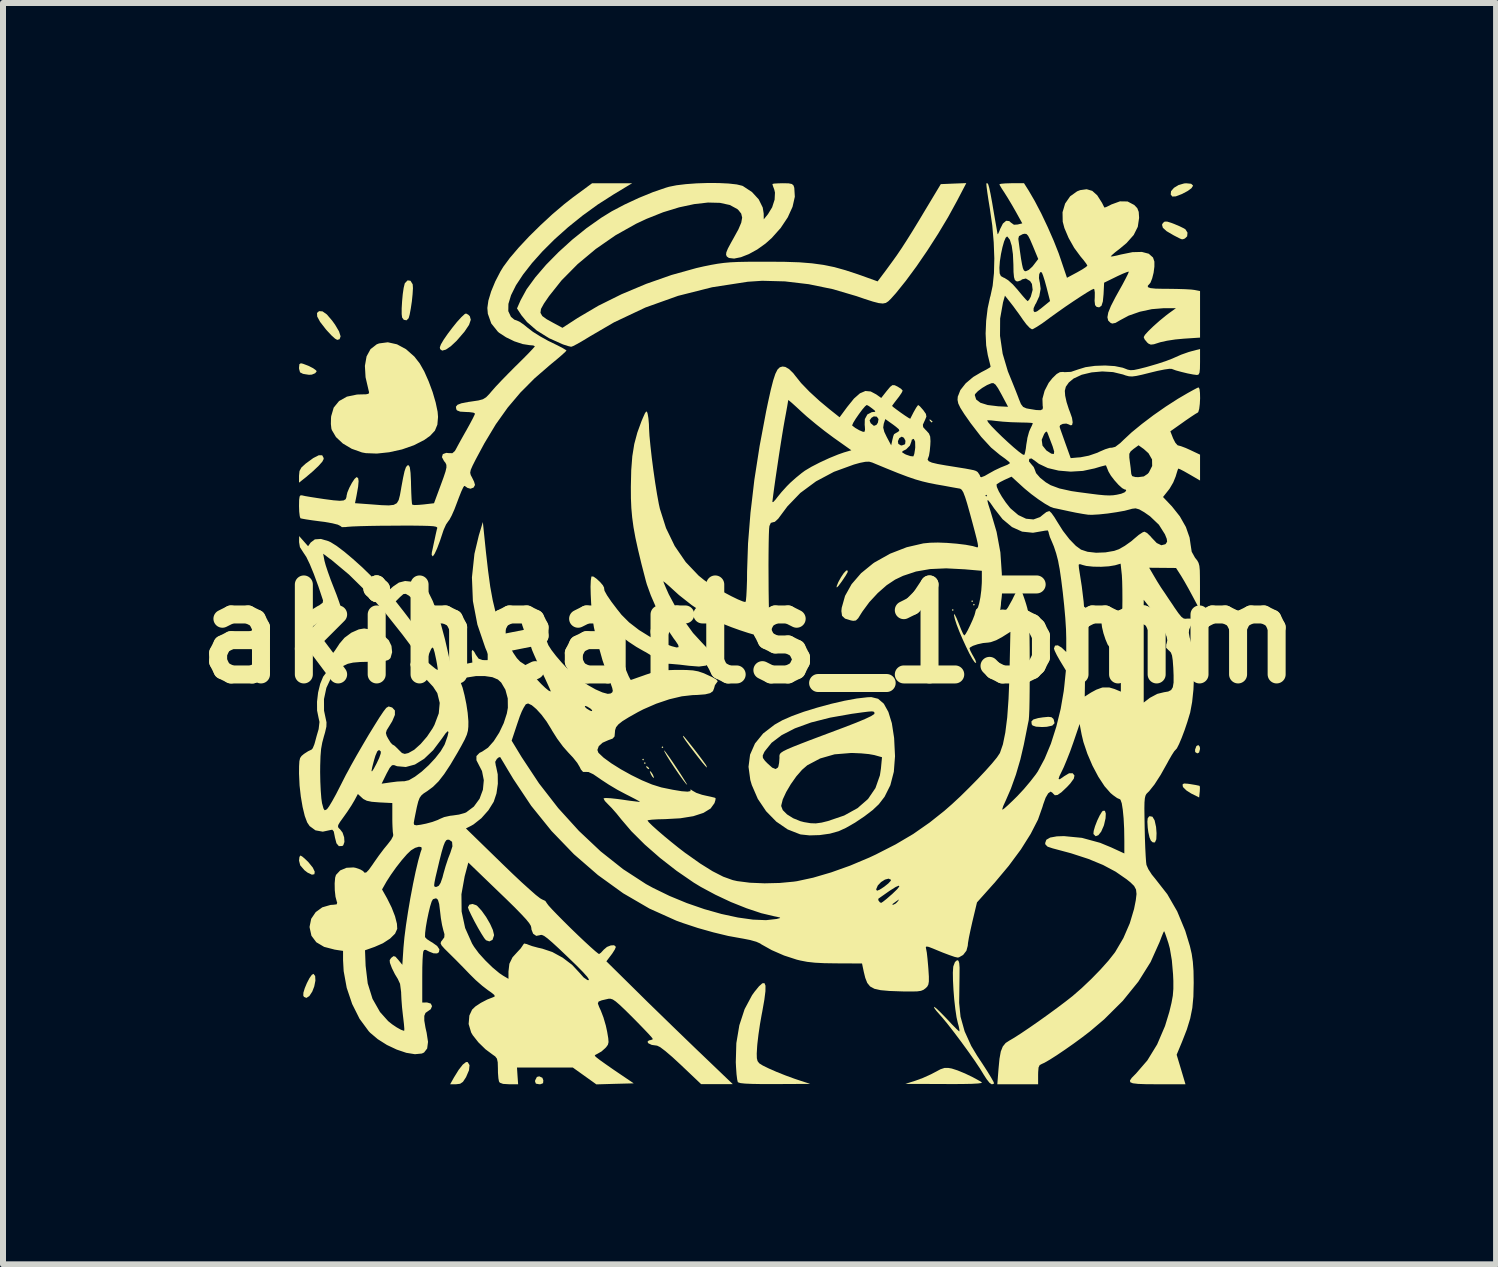
<source format=kicad_pcb>
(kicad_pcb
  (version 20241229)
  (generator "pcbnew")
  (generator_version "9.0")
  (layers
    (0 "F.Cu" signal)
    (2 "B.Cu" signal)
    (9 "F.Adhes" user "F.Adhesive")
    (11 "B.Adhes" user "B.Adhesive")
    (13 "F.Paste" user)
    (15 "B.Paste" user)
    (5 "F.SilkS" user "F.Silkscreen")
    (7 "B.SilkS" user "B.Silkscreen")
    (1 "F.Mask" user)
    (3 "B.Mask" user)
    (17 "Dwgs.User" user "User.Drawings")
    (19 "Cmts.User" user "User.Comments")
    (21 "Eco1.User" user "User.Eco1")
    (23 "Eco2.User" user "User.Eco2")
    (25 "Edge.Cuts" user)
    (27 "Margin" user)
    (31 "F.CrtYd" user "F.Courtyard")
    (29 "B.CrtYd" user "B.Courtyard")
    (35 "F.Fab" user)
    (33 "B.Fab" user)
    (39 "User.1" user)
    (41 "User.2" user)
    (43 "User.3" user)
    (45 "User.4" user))
  (footprint "akihearts_15mm"
    (layer "F.Cu")
    (at 9.443 7.513)
    (property "Reference" "akihearts_15mm" (at 0 0 0) (layer "F.SilkS") (effects (font (size 1.5 1.5) (thickness 0.3))))
    (attr board_only exclude_from_pos_files exclude_from_bom)
    (fp_poly (pts (xy -1.76 2.097) (xy -1.774 2.112) (xy -1.789 2.097) (xy -1.774 2.082)) (stroke (width 0) (type solid)) (fill yes) (layer "F.SilkS"))
    (fp_poly (pts (xy -1.73 2.156) (xy -1.745 2.17) (xy -1.76 2.156) (xy -1.745 2.141)) (stroke (width 0) (type solid)) (fill yes) (layer "F.SilkS"))
    (fp_poly (pts (xy -1.437 1.892) (xy -1.452 1.906) (xy -1.467 1.892) (xy -1.452 1.877)) (stroke (width 0) (type solid)) (fill yes) (layer "F.SilkS"))
    (fp_poly (pts (xy 3.402 -0.396) (xy 3.388 -0.381) (xy 3.373 -0.396) (xy 3.388 -0.411)) (stroke (width 0) (type solid)) (fill yes) (layer "F.SilkS"))
    (fp_poly (pts (xy 3.725 -0.543) (xy 3.71 -0.528) (xy 3.696 -0.543) (xy 3.71 -0.557)) (stroke (width 0) (type solid)) (fill yes) (layer "F.SilkS"))
    (fp_poly (pts (xy 3.754 -0.484) (xy 3.74 -0.469) (xy 3.725 -0.484) (xy 3.74 -0.499)) (stroke (width 0) (type solid)) (fill yes) (layer "F.SilkS"))
    (fp_poly (pts (xy -1.706 2.212) (xy -1.674 2.239) (xy -1.672 2.245) (xy -1.686 2.258) (xy -1.715 2.231) (xy -1.719 2.225) (xy -1.722 2.204)) (stroke (width 0) (type solid)) (fill yes) (layer "F.SilkS"))
    (fp_poly (pts (xy 3.016 -3.566) (xy 3.048 -3.539) (xy 3.05 -3.533) (xy 3.036 -3.521) (xy 3.007 -3.548) (xy 3.004 -3.553) (xy 3 -3.574)) (stroke (width 0) (type solid)) (fill yes) (layer "F.SilkS"))
    (fp_poly (pts (xy -1.636 2.31) (xy -1.613 2.346) (xy -1.594 2.392) (xy -1.596 2.405) (xy -1.62 2.383) (xy -1.642 2.346) (xy -1.661 2.301) (xy -1.659 2.288)) (stroke (width 0) (type solid)) (fill yes) (layer "F.SilkS"))
    (fp_poly (pts (xy 7.504 1.883) (xy 7.509 1.919) (xy 7.493 1.98) (xy 7.463 1.994) (xy 7.428 1.972) (xy 7.426 1.931) (xy 7.448 1.872) (xy 7.48 1.855)) (stroke (width 0) (type solid)) (fill yes) (layer "F.SilkS"))
    (fp_poly (pts (xy -3.453 7.401) (xy -3.437 7.443) (xy -3.441 7.491) (xy -3.482 7.508) (xy -3.505 7.509) (xy -3.561 7.499) (xy -3.575 7.463) (xy -3.573 7.443) (xy -3.544 7.387) (xy -3.505 7.377)) (stroke (width 0) (type solid)) (fill yes) (layer "F.SilkS"))
    (fp_poly (pts (xy -7.453 3.715) (xy -7.396 3.765) (xy -7.353 3.807) (xy -7.28 3.897) (xy -7.247 3.966) (xy -7.253 4.008) (xy -7.294 4.016) (xy -7.366 3.982) (xy -7.418 3.942) (xy -7.489 3.86) (xy -7.509 3.781) (xy -7.502 3.72) (xy -7.485 3.696)) (stroke (width 0) (type solid)) (fill yes) (layer "F.SilkS"))
    (fp_poly (pts (xy -4.667 7.19) (xy -4.676 7.276) (xy -4.724 7.388) (xy -4.728 7.395) (xy -4.776 7.468) (xy -4.824 7.501) (xy -4.891 7.509) (xy -4.99 7.509) (xy -4.926 7.395) (xy -4.848 7.269) (xy -4.78 7.182) (xy -4.725 7.139) (xy -4.698 7.139)) (stroke (width 0) (type solid)) (fill yes) (layer "F.SilkS"))
    (fp_poly (pts (xy 1.638 -1.05) (xy 1.634 -1.024) (xy 1.604 -0.971) (xy 1.544 -0.881) (xy 1.537 -0.871) (xy 1.482 -0.797) (xy 1.454 -0.77) (xy 1.452 -0.792) (xy 1.48 -0.861) (xy 1.523 -0.939) (xy 1.569 -1.008) (xy 1.608 -1.05) (xy 1.62 -1.056)) (stroke (width 0) (type solid)) (fill yes) (layer "F.SilkS"))
    (fp_poly (pts (xy -7.24 5.706) (xy -7.236 5.782) (xy -7.255 5.878) (xy -7.288 5.964) (xy -7.337 6.039) (xy -7.386 6.07) (xy -7.426 6.053) (xy -7.438 6.032) (xy -7.436 5.983) (xy -7.413 5.907) (xy -7.377 5.821) (xy -7.336 5.742) (xy -7.296 5.685) (xy -7.267 5.669)) (stroke (width 0) (type solid)) (fill yes) (layer "F.SilkS"))
    (fp_poly (pts (xy 7.36 -7.5) (xy 7.39 -7.473) (xy 7.391 -7.465) (xy 7.366 -7.426) (xy 7.3 -7.378) (xy 7.207 -7.329) (xy 7.105 -7.29) (xy 7.047 -7.287) (xy 7.02 -7.321) (xy 7.026 -7.377) (xy 7.075 -7.433) (xy 7.153 -7.48) (xy 7.246 -7.506) (xy 7.281 -7.508)) (stroke (width 0) (type solid)) (fill yes) (layer "F.SilkS"))
    (fp_poly (pts (xy -7.443 -4.5) (xy -7.353 -4.466) (xy -7.274 -4.426) (xy -7.224 -4.389) (xy -7.215 -4.373) (xy -7.24 -4.342) (xy -7.295 -4.319) (xy -7.342 -4.316) (xy -7.397 -4.324) (xy -7.443 -4.332) (xy -7.492 -4.357) (xy -7.508 -4.415) (xy -7.509 -4.433) (xy -7.503 -4.493) (xy -7.478 -4.508)) (stroke (width 0) (type solid)) (fill yes) (layer "F.SilkS"))
    (fp_poly (pts (xy 5.032 1.391) (xy 5.062 1.416) (xy 5.07 1.43) (xy 5.084 1.491) (xy 5.046 1.531) (xy 4.955 1.551) (xy 4.877 1.555) (xy 4.775 1.549) (xy 4.719 1.53) (xy 4.703 1.509) (xy 4.698 1.462) (xy 4.731 1.429) (xy 4.81 1.406) (xy 4.888 1.394) (xy 4.98 1.385)) (stroke (width 0) (type solid)) (fill yes) (layer "F.SilkS"))
    (fp_poly (pts (xy 6.716 3.05) (xy 6.752 3.111) (xy 6.776 3.221) (xy 6.784 3.324) (xy 6.78 3.426) (xy 6.757 3.478) (xy 6.72 3.477) (xy 6.689 3.448) (xy 6.667 3.396) (xy 6.647 3.308) (xy 6.637 3.232) (xy 6.631 3.132) (xy 6.637 3.075) (xy 6.658 3.047) (xy 6.67 3.041)) (stroke (width 0) (type solid)) (fill yes) (layer "F.SilkS"))
    (fp_poly (pts (xy 7.304 2.5) (xy 7.352 2.507) (xy 7.436 2.521) (xy 7.492 2.533) (xy 7.503 2.537) (xy 7.507 2.569) (xy 7.504 2.635) (xy 7.503 2.638) (xy 7.494 2.729) (xy 7.362 2.663) (xy 7.283 2.613) (xy 7.231 2.563) (xy 7.22 2.541) (xy 7.219 2.509) (xy 7.243 2.496)) (stroke (width 0) (type solid)) (fill yes) (layer "F.SilkS"))
    (fp_poly (pts (xy -7.117 -5.373) (xy -7.045 -5.322) (xy -6.957 -5.219) (xy -6.908 -5.151) (xy -6.842 -5.039) (xy -6.816 -4.957) (xy -6.833 -4.909) (xy -6.872 -4.898) (xy -6.909 -4.919) (xy -6.971 -4.975) (xy -7.045 -5.055) (xy -7.064 -5.077) (xy -7.158 -5.198) (xy -7.206 -5.287) (xy -7.209 -5.347) (xy -7.175 -5.377)) (stroke (width 0) (type solid)) (fill yes) (layer "F.SilkS"))
    (fp_poly (pts (xy -7.099 -2.93) (xy -7.098 -2.913) (xy -7.12 -2.869) (xy -7.183 -2.798) (xy -7.279 -2.707) (xy -7.399 -2.605) (xy -7.441 -2.572) (xy -7.509 -2.518) (xy -7.509 -2.633) (xy -7.501 -2.712) (xy -7.469 -2.771) (xy -7.399 -2.835) (xy -7.399 -2.835) (xy -7.272 -2.928) (xy -7.18 -2.975) (xy -7.123 -2.975)) (stroke (width 0) (type solid)) (fill yes) (layer "F.SilkS"))
    (fp_poly (pts (xy 5.923 2.951) (xy 5.938 2.997) (xy 5.934 3.076) (xy 5.911 3.177) (xy 5.904 3.201) (xy 5.861 3.299) (xy 5.814 3.358) (xy 5.769 3.375) (xy 5.735 3.341) (xy 5.732 3.335) (xy 5.736 3.288) (xy 5.759 3.208) (xy 5.795 3.115) (xy 5.836 3.029) (xy 5.874 2.967) (xy 5.89 2.951)) (stroke (width 0) (type solid)) (fill yes) (layer "F.SilkS"))
    (fp_poly (pts (xy 5.978 -0.208) (xy 6.03 -0.14) (xy 6.075 -0.047) (xy 6.107 0.054) (xy 6.119 0.147) (xy 6.105 0.214) (xy 6.093 0.229) (xy 6.046 0.248) (xy 6.002 0.227) (xy 5.969 0.18) (xy 5.933 0.095) (xy 5.899 -0.008) (xy 5.875 -0.11) (xy 5.866 -0.183) (xy 5.89 -0.227) (xy 5.924 -0.235)) (stroke (width 0) (type solid)) (fill yes) (layer "F.SilkS"))
    (fp_poly (pts (xy -1.416 1.95) (xy -1.388 1.987) (xy -1.338 2.056) (xy -1.276 2.146) (xy -1.209 2.247) (xy -1.144 2.346) (xy -1.089 2.433) (xy -1.051 2.495) (xy -1.038 2.522) (xy -1.038 2.522) (xy -1.06 2.5) (xy -1.106 2.441) (xy -1.166 2.357) (xy -1.179 2.339) (xy -1.254 2.229) (xy -1.321 2.127) (xy -1.376 2.039) (xy -1.412 1.976) (xy -1.425 1.946)) (stroke (width 0) (type solid)) (fill yes) (layer "F.SilkS"))
    (fp_poly (pts (xy -1.084 1.723) (xy -1.037 1.78) (xy -0.973 1.86) (xy -0.901 1.952) (xy -0.831 2.044) (xy -0.771 2.125) (xy -0.73 2.182) (xy -0.724 2.191) (xy -0.71 2.224) (xy -0.713 2.229) (xy -0.735 2.207) (xy -0.785 2.149) (xy -0.852 2.064) (xy -0.9 2.002) (xy -0.997 1.875) (xy -1.061 1.788) (xy -1.097 1.734) (xy -1.11 1.707) (xy -1.105 1.701)) (stroke (width 0) (type solid)) (fill yes) (layer "F.SilkS"))
    (fp_poly (pts (xy 7.031 -6.848) (xy 7.078 -6.83) (xy 7.17 -6.791) (xy 7.241 -6.756) (xy 7.266 -6.74) (xy 7.3 -6.685) (xy 7.294 -6.624) (xy 7.257 -6.588) (xy 7.229 -6.577) (xy 7.208 -6.574) (xy 7.178 -6.585) (xy 7.121 -6.614) (xy 7.067 -6.642) (xy 6.951 -6.71) (xy 6.889 -6.767) (xy 6.875 -6.817) (xy 6.891 -6.847) (xy 6.919 -6.869) (xy 6.96 -6.87)) (stroke (width 0) (type solid)) (fill yes) (layer "F.SilkS"))
    (fp_poly (pts (xy -5.651 -5.883) (xy -5.616 -5.827) (xy -5.614 -5.82) (xy -5.61 -5.76) (xy -5.616 -5.66) (xy -5.628 -5.541) (xy -5.646 -5.421) (xy -5.665 -5.319) (xy -5.682 -5.259) (xy -5.717 -5.224) (xy -5.763 -5.233) (xy -5.791 -5.271) (xy -5.798 -5.328) (xy -5.798 -5.424) (xy -5.791 -5.541) (xy -5.78 -5.66) (xy -5.765 -5.764) (xy -5.748 -5.834) (xy -5.744 -5.844) (xy -5.699 -5.89)) (stroke (width 0) (type solid)) (fill yes) (layer "F.SilkS"))
    (fp_poly (pts (xy -4.688 -5.318) (xy -4.662 -5.292) (xy -4.646 -5.233) (xy -4.675 -5.148) (xy -4.751 -5.035) (xy -4.875 -4.891) (xy -4.881 -4.884) (xy -4.979 -4.792) (xy -5.061 -4.736) (xy -5.123 -4.719) (xy -5.157 -4.743) (xy -5.162 -4.773) (xy -5.144 -4.823) (xy -5.098 -4.901) (xy -5.031 -4.998) (xy -4.954 -5.1) (xy -4.876 -5.197) (xy -4.804 -5.276) (xy -4.749 -5.327) (xy -4.726 -5.338)) (stroke (width 0) (type solid)) (fill yes) (layer "F.SilkS"))
    (fp_poly (pts (xy 3.371 7.247) (xy 3.467 7.278) (xy 3.591 7.329) (xy 3.72 7.391) (xy 3.833 7.453) (xy 3.872 7.478) (xy 3.865 7.488) (xy 3.81 7.496) (xy 3.703 7.502) (xy 3.543 7.505) (xy 3.327 7.506) (xy 3.256 7.505) (xy 2.596 7.503) (xy 2.764 7.45) (xy 2.889 7.404) (xy 3.024 7.343) (xy 3.089 7.309) (xy 3.183 7.259) (xy 3.25 7.237) (xy 3.314 7.237)) (stroke (width 0) (type solid)) (fill yes) (layer "F.SilkS"))
    (fp_poly (pts (xy -4.555 4.525) (xy -4.537 4.538) (xy -4.464 4.618) (xy -4.39 4.722) (xy -4.325 4.834) (xy -4.278 4.938) (xy -4.259 5.018) (xy -4.259 5.029) (xy -4.284 5.102) (xy -4.336 5.128) (xy -4.392 5.109) (xy -4.422 5.073) (xy -4.469 4.999) (xy -4.526 4.902) (xy -4.585 4.794) (xy -4.637 4.692) (xy -4.676 4.61) (xy -4.693 4.561) (xy -4.693 4.559) (xy -4.67 4.516) (xy -4.617 4.504)) (stroke (width 0) (type solid)) (fill yes) (layer "F.SilkS"))
    (fp_poly (pts (xy 0.266 5.866) (xy 0.265 5.958) (xy 0.247 6.101) (xy 0.212 6.299) (xy 0.202 6.35) (xy 0.174 6.509) (xy 0.149 6.679) (xy 0.131 6.832) (xy 0.127 6.878) (xy 0.12 6.998) (xy 0.122 7.075) (xy 0.134 7.123) (xy 0.159 7.156) (xy 0.165 7.162) (xy 0.221 7.197) (xy 0.321 7.246) (xy 0.451 7.303) (xy 0.599 7.362) (xy 0.752 7.418) (xy 0.851 7.451) (xy 1.012 7.503) (xy 0.42 7.506) (xy 0.204 7.506) (xy 0.041 7.503) (xy -0.075 7.498) (xy -0.15 7.49) (xy -0.188 7.478) (xy -0.196 7.472) (xy -0.206 7.428) (xy -0.217 7.341) (xy -0.225 7.223) (xy -0.229 7.142) (xy -0.22 6.824) (xy -0.17 6.526) (xy -0.082 6.257) (xy 0.042 6.025) (xy 0.082 5.969) (xy 0.157 5.877) (xy 0.212 5.827) (xy 0.248 5.823)) (stroke (width 0) (type solid)) (fill yes) (layer "F.SilkS"))
    (fp_poly (pts (xy -5.876 -4.824) (xy -5.726 -4.743) (xy -5.586 -4.619) (xy -5.497 -4.505) (xy -5.421 -4.371) (xy -5.348 -4.206) (xy -5.282 -4.028) (xy -5.231 -3.853) (xy -5.199 -3.7) (xy -5.192 -3.614) (xy -5.203 -3.485) (xy -5.244 -3.385) (xy -5.324 -3.299) (xy -5.421 -3.23) (xy -5.593 -3.142) (xy -5.793 -3.072) (xy -6.006 -3.025) (xy -6.212 -3.003) (xy -6.395 -3.01) (xy -6.46 -3.022) (xy -6.631 -3.083) (xy -6.779 -3.171) (xy -6.893 -3.278) (xy -6.962 -3.395) (xy -6.97 -3.421) (xy -6.978 -3.496) (xy -6.976 -3.594) (xy -6.973 -3.626) (xy -6.931 -3.769) (xy -6.842 -3.878) (xy -6.711 -3.952) (xy -6.542 -3.987) (xy -6.48 -3.989) (xy -6.392 -3.991) (xy -6.35 -4) (xy -6.341 -4.024) (xy -6.349 -4.055) (xy -6.4 -4.275) (xy -6.411 -4.465) (xy -6.383 -4.623) (xy -6.317 -4.744) (xy -6.214 -4.824) (xy -6.174 -4.839) (xy -6.029 -4.858)) (stroke (width 0) (type solid)) (fill yes) (layer "F.SilkS"))
    (fp_poly (pts (xy 3.483 5.451) (xy 3.495 5.49) (xy 3.501 5.566) (xy 3.5 5.689) (xy 3.5 5.705) (xy 3.498 5.853) (xy 3.496 6.005) (xy 3.494 6.133) (xy 3.494 6.154) (xy 3.517 6.383) (xy 3.585 6.627) (xy 3.695 6.87) (xy 3.793 7.033) (xy 3.885 7.172) (xy 3.965 7.296) (xy 4.027 7.398) (xy 4.066 7.468) (xy 4.077 7.496) (xy 4.053 7.507) (xy 4.036 7.509) (xy 4 7.485) (xy 3.951 7.423) (xy 3.907 7.355) (xy 3.844 7.252) (xy 3.753 7.116) (xy 3.644 6.961) (xy 3.526 6.799) (xy 3.408 6.642) (xy 3.299 6.502) (xy 3.209 6.393) (xy 3.173 6.353) (xy 3.113 6.284) (xy 3.077 6.235) (xy 3.075 6.218) (xy 3.106 6.238) (xy 3.165 6.293) (xy 3.243 6.372) (xy 3.292 6.423) (xy 3.375 6.512) (xy 3.443 6.581) (xy 3.487 6.622) (xy 3.497 6.629) (xy 3.499 6.604) (xy 3.486 6.539) (xy 3.472 6.489) (xy 3.45 6.391) (xy 3.43 6.255) (xy 3.412 6.098) (xy 3.399 5.934) (xy 3.391 5.778) (xy 3.389 5.647) (xy 3.395 5.555) (xy 3.397 5.543) (xy 3.424 5.472) (xy 3.459 5.441) (xy 3.462 5.441)) (stroke (width 0) (type solid)) (fill yes) (layer "F.SilkS"))
    (fp_poly (pts (xy 2.143 1.084) (xy 2.238 1.166) (xy 2.314 1.303) (xy 2.372 1.491) (xy 2.409 1.731) (xy 2.41 1.739) (xy 2.425 2.041) (xy 2.405 2.301) (xy 2.347 2.525) (xy 2.251 2.717) (xy 2.155 2.842) (xy 2.052 2.939) (xy 1.913 3.045) (xy 1.758 3.149) (xy 1.606 3.236) (xy 1.486 3.291) (xy 1.34 3.332) (xy 1.169 3.356) (xy 1.001 3.361) (xy 0.858 3.346) (xy 0.843 3.343) (xy 0.636 3.262) (xy 0.445 3.131) (xy 0.276 2.958) (xy 0.219 2.873) (xy 0.528 2.873) (xy 0.554 2.94) (xy 0.625 3.011) (xy 0.727 3.075) (xy 0.847 3.124) (xy 0.909 3.14) (xy 1.017 3.158) (xy 1.105 3.161) (xy 1.201 3.148) (xy 1.306 3.122) (xy 1.577 3.03) (xy 1.8 2.907) (xy 1.975 2.754) (xy 2.099 2.572) (xy 2.173 2.361) (xy 2.19 2.248) (xy 2.208 2.058) (xy 2.079 2.022) (xy 1.989 2.006) (xy 1.864 1.994) (xy 1.726 1.988) (xy 1.686 1.988) (xy 1.417 2.01) (xy 1.177 2.079) (xy 0.963 2.192) (xy 0.875 2.268) (xy 0.78 2.377) (xy 0.689 2.506) (xy 0.611 2.638) (xy 0.554 2.761) (xy 0.529 2.86) (xy 0.528 2.873) (xy 0.219 2.873) (xy 0.138 2.753) (xy 0.038 2.522) (xy 0.013 2.438) (xy -0.017 2.218) (xy 0.007 2.03) (xy 0.22 2.03) (xy 0.223 2.07) (xy 0.257 2.118) (xy 0.297 2.159) (xy 0.378 2.232) (xy 0.435 2.255) (xy 0.472 2.231) (xy 0.481 2.212) (xy 0.493 2.151) (xy 0.499 2.069) (xy 0.499 2.068) (xy 0.498 2.043) (xy 0.5 2.021) (xy 0.509 2) (xy 0.531 1.979) (xy 0.57 1.954) (xy 0.632 1.924) (xy 0.721 1.886) (xy 0.842 1.838) (xy 1 1.777) (xy 1.202 1.701) (xy 1.45 1.608) (xy 1.591 1.555) (xy 1.779 1.482) (xy 1.925 1.421) (xy 2.026 1.373) (xy 2.077 1.34) (xy 2.082 1.331) (xy 2.081 1.311) (xy 2.069 1.299) (xy 2.039 1.294) (xy 1.98 1.298) (xy 1.883 1.31) (xy 1.739 1.33) (xy 1.708 1.334) (xy 1.345 1.398) (xy 1.026 1.479) (xy 0.756 1.577) (xy 0.536 1.69) (xy 0.368 1.817) (xy 0.255 1.957) (xy 0.244 1.976) (xy 0.22 2.03) (xy 0.007 2.03) (xy 0.009 2.015) (xy 0.091 1.829) (xy 0.227 1.662) (xy 0.418 1.515) (xy 0.547 1.442) (xy 0.707 1.372) (xy 0.905 1.3) (xy 1.126 1.232) (xy 1.357 1.169) (xy 1.582 1.117) (xy 1.789 1.079) (xy 1.963 1.059) (xy 2.03 1.056)) (stroke (width 0) (type solid)) (fill yes) (layer "F.SilkS"))
    (fp_poly (pts (xy -0.513 -7.512) (xy -0.348 -7.504) (xy -0.213 -7.489) (xy -0.122 -7.467) (xy -0.109 -7.461) (xy 0.041 -7.362) (xy 0.153 -7.24) (xy 0.22 -7.104) (xy 0.236 -7.004) (xy 0.237 -6.907) (xy 0.307 -6.993) (xy 0.377 -7.108) (xy 0.418 -7.235) (xy 0.424 -7.353) (xy 0.413 -7.401) (xy 0.39 -7.463) (xy 0.381 -7.496) (xy 0.408 -7.503) (xy 0.477 -7.507) (xy 0.554 -7.509) (xy 0.651 -7.507) (xy 0.706 -7.496) (xy 0.733 -7.472) (xy 0.746 -7.432) (xy 0.755 -7.284) (xy 0.717 -7.116) (xy 0.637 -6.94) (xy 0.519 -6.763) (xy 0.369 -6.595) (xy 0.267 -6.504) (xy 0.129 -6.405) (xy -0.011 -6.328) (xy -0.143 -6.276) (xy -0.257 -6.253) (xy -0.343 -6.263) (xy -0.378 -6.287) (xy -0.391 -6.316) (xy -0.387 -6.356) (xy -0.361 -6.42) (xy -0.309 -6.517) (xy -0.267 -6.592) (xy -0.185 -6.741) (xy -0.138 -6.852) (xy -0.123 -6.936) (xy -0.139 -7.003) (xy -0.185 -7.061) (xy -0.205 -7.079) (xy -0.328 -7.146) (xy -0.493 -7.182) (xy -0.693 -7.187) (xy -0.922 -7.161) (xy -1.174 -7.107) (xy -1.441 -7.025) (xy -1.717 -6.915) (xy -1.892 -6.833) (xy -2.234 -6.641) (xy -2.563 -6.413) (xy -2.866 -6.16) (xy -3.133 -5.89) (xy -3.342 -5.627) (xy -3.427 -5.503) (xy -3.476 -5.414) (xy -3.485 -5.349) (xy -3.454 -5.295) (xy -3.381 -5.242) (xy -3.267 -5.179) (xy -3.118 -5.099) (xy -2.866 -5.263) (xy -2.52 -5.467) (xy -2.133 -5.659) (xy -1.721 -5.832) (xy -1.299 -5.98) (xy -0.886 -6.095) (xy -0.763 -6.123) (xy -0.64 -6.148) (xy -0.532 -6.167) (xy -0.428 -6.181) (xy -0.317 -6.191) (xy -0.187 -6.197) (xy -0.028 -6.2) (xy 0.174 -6.201) (xy 0.293 -6.201) (xy 0.584 -6.199) (xy 0.83 -6.191) (xy 1.041 -6.174) (xy 1.231 -6.148) (xy 1.413 -6.111) (xy 1.599 -6.059) (xy 1.8 -5.993) (xy 1.86 -5.972) (xy 2.135 -5.873) (xy 2.281 -6.068) (xy 2.371 -6.191) (xy 2.453 -6.305) (xy 2.533 -6.423) (xy 2.617 -6.553) (xy 2.713 -6.706) (xy 2.827 -6.893) (xy 2.906 -7.025) (xy 3.188 -7.494) (xy 3.401 -7.503) (xy 3.613 -7.511) (xy 3.455 -7.209) (xy 3.308 -6.941) (xy 3.141 -6.663) (xy 2.963 -6.386) (xy 2.782 -6.122) (xy 2.605 -5.882) (xy 2.441 -5.678) (xy 2.355 -5.582) (xy 2.313 -5.541) (xy 2.272 -5.514) (xy 2.222 -5.504) (xy 2.154 -5.511) (xy 2.057 -5.536) (xy 1.923 -5.579) (xy 1.783 -5.627) (xy 1.39 -5.743) (xy 0.987 -5.826) (xy 0.59 -5.873) (xy 0.211 -5.883) (xy -0.029 -5.867) (xy -0.624 -5.775) (xy -1.191 -5.632) (xy -1.734 -5.438) (xy -2.259 -5.19) (xy -2.65 -4.962) (xy -2.767 -4.891) (xy -2.867 -4.833) (xy -2.94 -4.795) (xy -2.973 -4.783) (xy -3.021 -4.794) (xy -3.096 -4.818) (xy -3.111 -4.823) (xy -3.341 -4.926) (xy -3.545 -5.053) (xy -3.709 -5.195) (xy -3.803 -5.31) (xy -3.876 -5.422) (xy -3.815 -5.56) (xy -3.716 -5.741) (xy -3.571 -5.94) (xy -3.391 -6.15) (xy -3.182 -6.362) (xy -2.954 -6.569) (xy -2.713 -6.763) (xy -2.469 -6.935) (xy -2.297 -7.041) (xy -2.082 -7.154) (xy -1.846 -7.264) (xy -1.609 -7.361) (xy -1.393 -7.435) (xy -1.342 -7.45) (xy -1.218 -7.475) (xy -1.06 -7.494) (xy -0.881 -7.507) (xy -0.695 -7.513)) (stroke (width 0) (type solid)) (fill yes) (layer "F.SilkS"))
    (fp_poly (pts (xy -2.262 -7.325) (xy -2.528 -7.155) (xy -2.783 -6.97) (xy -3.024 -6.776) (xy -3.247 -6.577) (xy -3.449 -6.376) (xy -3.626 -6.178) (xy -3.775 -5.987) (xy -3.893 -5.808) (xy -3.975 -5.643) (xy -4.019 -5.498) (xy -4.021 -5.377) (xy -3.977 -5.283) (xy -3.974 -5.28) (xy -3.92 -5.235) (xy -3.879 -5.221) (xy -3.836 -5.202) (xy -3.766 -5.155) (xy -3.7 -5.101) (xy -3.61 -5.032) (xy -3.487 -4.955) (xy -3.354 -4.881) (xy -3.308 -4.859) (xy -3.198 -4.805) (xy -3.112 -4.76) (xy -3.061 -4.729) (xy -3.051 -4.721) (xy -3.072 -4.697) (xy -3.13 -4.644) (xy -3.215 -4.571) (xy -3.307 -4.496) (xy -3.58 -4.26) (xy -3.818 -4.021) (xy -4.031 -3.769) (xy -4.229 -3.491) (xy -4.419 -3.175) (xy -4.563 -2.907) (xy -4.617 -2.8) (xy -4.647 -2.731) (xy -4.656 -2.684) (xy -4.647 -2.645) (xy -4.625 -2.604) (xy -4.591 -2.534) (xy -4.576 -2.481) (xy -4.576 -2.479) (xy -4.599 -2.437) (xy -4.651 -2.417) (xy -4.701 -2.431) (xy -4.704 -2.433) (xy -4.744 -2.461) (xy -4.755 -2.464) (xy -4.773 -2.438) (xy -4.805 -2.369) (xy -4.845 -2.268) (xy -4.872 -2.196) (xy -4.918 -2.075) (xy -4.964 -1.971) (xy -5.002 -1.9) (xy -5.017 -1.881) (xy -5.058 -1.822) (xy -5.096 -1.738) (xy -5.104 -1.716) (xy -5.159 -1.55) (xy -5.208 -1.42) (xy -5.249 -1.332) (xy -5.277 -1.292) (xy -5.282 -1.291) (xy -5.298 -1.314) (xy -5.295 -1.357) (xy -5.28 -1.424) (xy -5.26 -1.52) (xy -5.249 -1.569) (xy -5.229 -1.663) (xy -5.212 -1.737) (xy -5.205 -1.76) (xy -5.207 -1.773) (xy -5.227 -1.784) (xy -5.27 -1.792) (xy -5.344 -1.797) (xy -5.453 -1.8) (xy -5.606 -1.802) (xy -5.807 -1.802) (xy -5.935 -1.801) (xy -6.141 -1.8) (xy -6.329 -1.797) (xy -6.491 -1.793) (xy -6.619 -1.788) (xy -6.703 -1.782) (xy -6.733 -1.778) (xy -6.795 -1.777) (xy -6.819 -1.796) (xy -6.862 -1.818) (xy -6.953 -1.841) (xy -7.083 -1.864) (xy -7.156 -1.873) (xy -7.285 -1.89) (xy -7.392 -1.906) (xy -7.463 -1.919) (xy -7.486 -1.925) (xy -7.497 -1.96) (xy -7.506 -2.036) (xy -7.509 -2.13) (xy -7.507 -2.233) (xy -7.499 -2.288) (xy -7.482 -2.308) (xy -7.457 -2.306) (xy -7.408 -2.295) (xy -7.315 -2.279) (xy -7.193 -2.26) (xy -7.086 -2.244) (xy -6.933 -2.224) (xy -6.829 -2.216) (xy -6.765 -2.222) (xy -6.731 -2.243) (xy -6.718 -2.28) (xy -6.717 -2.297) (xy -6.703 -2.356) (xy -6.67 -2.434) (xy -6.627 -2.515) (xy -6.584 -2.58) (xy -6.551 -2.61) (xy -6.548 -2.61) (xy -6.524 -2.595) (xy -6.516 -2.544) (xy -6.524 -2.451) (xy -6.549 -2.31) (xy -6.557 -2.269) (xy -6.576 -2.176) (xy -6.302 -2.156) (xy -6.132 -2.143) (xy -6.012 -2.139) (xy -5.931 -2.148) (xy -5.879 -2.176) (xy -5.848 -2.228) (xy -5.827 -2.309) (xy -5.806 -2.426) (xy -5.805 -2.434) (xy -5.775 -2.596) (xy -5.751 -2.706) (xy -5.728 -2.773) (xy -5.705 -2.805) (xy -5.68 -2.807) (xy -5.679 -2.807) (xy -5.662 -2.772) (xy -5.65 -2.681) (xy -5.643 -2.539) (xy -5.642 -2.481) (xy -5.638 -2.351) (xy -5.633 -2.244) (xy -5.627 -2.173) (xy -5.621 -2.151) (xy -5.586 -2.145) (xy -5.511 -2.148) (xy -5.432 -2.155) (xy -5.259 -2.175) (xy -5.152 -2.464) (xy -5.1 -2.606) (xy -5.067 -2.705) (xy -5.052 -2.771) (xy -5.053 -2.815) (xy -5.068 -2.849) (xy -5.092 -2.878) (xy -5.127 -2.944) (xy -5.112 -2.994) (xy -5.054 -3.015) (xy -5.019 -3.011) (xy -4.953 -3.009) (xy -4.912 -3.045) (xy -4.895 -3.074) (xy -4.863 -3.134) (xy -4.811 -3.229) (xy -4.747 -3.343) (xy -4.715 -3.399) (xy -4.655 -3.508) (xy -4.608 -3.597) (xy -4.58 -3.656) (xy -4.576 -3.67) (xy -4.602 -3.685) (xy -4.669 -3.694) (xy -4.723 -3.696) (xy -4.823 -3.702) (xy -4.876 -3.723) (xy -4.888 -3.742) (xy -4.894 -3.784) (xy -4.868 -3.816) (xy -4.803 -3.841) (xy -4.69 -3.863) (xy -4.634 -3.871) (xy -4.52 -3.888) (xy -4.445 -3.908) (xy -4.391 -3.941) (xy -4.337 -3.996) (xy -4.3 -4.04) (xy -4.236 -4.113) (xy -4.141 -4.214) (xy -4.027 -4.331) (xy -3.907 -4.452) (xy -3.882 -4.476) (xy -3.774 -4.583) (xy -3.683 -4.675) (xy -3.617 -4.745) (xy -3.582 -4.785) (xy -3.578 -4.791) (xy -3.604 -4.805) (xy -3.665 -4.81) (xy -3.665 -4.81) (xy -3.781 -4.828) (xy -3.92 -4.874) (xy -4.058 -4.941) (xy -4.175 -5.017) (xy -4.197 -5.037) (xy -4.305 -5.172) (xy -4.362 -5.334) (xy -4.37 -5.43) (xy -4.353 -5.552) (xy -4.307 -5.705) (xy -4.238 -5.872) (xy -4.152 -6.038) (xy -4.105 -6.115) (xy -3.995 -6.264) (xy -3.848 -6.436) (xy -3.674 -6.622) (xy -3.481 -6.812) (xy -3.282 -6.996) (xy -3.085 -7.163) (xy -2.948 -7.27) (xy -2.625 -7.508) (xy -2.291 -7.508) (xy -1.957 -7.509)) (stroke (width 0) (type solid)) (fill yes) (layer "F.SilkS"))
    (fp_poly (pts (xy 3.979 -7.488) (xy 3.996 -7.43) (xy 4.017 -7.331) (xy 4.044 -7.185) (xy 4.062 -7.078) (xy 4.087 -6.931) (xy 4.109 -6.806) (xy 4.125 -6.713) (xy 4.134 -6.663) (xy 4.135 -6.658) (xy 4.147 -6.672) (xy 4.17 -6.726) (xy 4.176 -6.744) (xy 4.223 -6.837) (xy 4.277 -6.883) (xy 4.329 -6.878) (xy 4.354 -6.855) (xy 4.407 -6.817) (xy 4.469 -6.821) (xy 4.546 -6.84) (xy 4.438 -7.035) (xy 4.371 -7.152) (xy 4.302 -7.267) (xy 4.248 -7.353) (xy 4.2 -7.426) (xy 4.17 -7.478) (xy 4.165 -7.492) (xy 4.192 -7.5) (xy 4.262 -7.506) (xy 4.362 -7.509) (xy 4.37 -7.509) (xy 4.575 -7.509) (xy 4.654 -7.384) (xy 4.753 -7.214) (xy 4.862 -7.006) (xy 4.97 -6.778) (xy 5.07 -6.55) (xy 5.153 -6.34) (xy 5.177 -6.27) (xy 5.291 -5.933) (xy 5.461 -6.024) (xy 5.547 -6.073) (xy 5.609 -6.114) (xy 5.631 -6.136) (xy 5.613 -6.167) (xy 5.568 -6.227) (xy 5.517 -6.288) (xy 5.411 -6.432) (xy 5.318 -6.597) (xy 5.248 -6.762) (xy 5.22 -6.868) (xy 5.217 -7.025) (xy 5.26 -7.17) (xy 5.344 -7.291) (xy 5.46 -7.374) (xy 5.511 -7.394) (xy 5.619 -7.409) (xy 5.712 -7.382) (xy 5.795 -7.308) (xy 5.875 -7.182) (xy 5.914 -7.104) (xy 5.94 -7.11) (xy 5.999 -7.138) (xy 6.031 -7.155) (xy 6.174 -7.207) (xy 6.301 -7.205) (xy 6.411 -7.147) (xy 6.413 -7.146) (xy 6.463 -7.093) (xy 6.487 -7.031) (xy 6.493 -6.937) (xy 6.493 -6.929) (xy 6.471 -6.782) (xy 6.403 -6.646) (xy 6.284 -6.512) (xy 6.174 -6.42) (xy 6.095 -6.359) (xy 6.04 -6.311) (xy 6.02 -6.289) (xy 6.021 -6.288) (xy 6.052 -6.29) (xy 6.122 -6.304) (xy 6.19 -6.321) (xy 6.383 -6.36) (xy 6.539 -6.364) (xy 6.654 -6.334) (xy 6.725 -6.271) (xy 6.748 -6.203) (xy 6.748 -6.119) (xy 6.735 -6.018) (xy 6.711 -5.922) (xy 6.683 -5.852) (xy 6.669 -5.834) (xy 6.638 -5.8) (xy 6.64 -5.777) (xy 6.682 -5.761) (xy 6.769 -5.752) (xy 6.907 -5.749) (xy 6.977 -5.749) (xy 7.123 -5.747) (xy 7.257 -5.743) (xy 7.361 -5.737) (xy 7.417 -5.73) (xy 7.509 -5.712) (xy 7.509 -5.324) (xy 7.509 -4.936) (xy 7.237 -4.918) (xy 7.097 -4.905) (xy 6.96 -4.884) (xy 6.851 -4.86) (xy 6.825 -4.852) (xy 6.74 -4.825) (xy 6.689 -4.819) (xy 6.652 -4.834) (xy 6.627 -4.855) (xy 6.584 -4.908) (xy 6.57 -4.944) (xy 6.591 -4.982) (xy 6.649 -5.046) (xy 6.733 -5.127) (xy 6.832 -5.215) (xy 6.937 -5.301) (xy 6.992 -5.343) (xy 7.107 -5.426) (xy 6.9 -5.426) (xy 6.705 -5.41) (xy 6.505 -5.367) (xy 6.319 -5.302) (xy 6.179 -5.227) (xy 6.1 -5.181) (xy 6.046 -5.17) (xy 6.018 -5.181) (xy 5.978 -5.22) (xy 5.965 -5.275) (xy 5.979 -5.353) (xy 6.023 -5.462) (xy 6.098 -5.608) (xy 6.143 -5.689) (xy 6.213 -5.814) (xy 6.269 -5.92) (xy 6.307 -5.996) (xy 6.322 -6.034) (xy 6.322 -6.036) (xy 6.292 -6.029) (xy 6.224 -6.002) (xy 6.13 -5.959) (xy 6.11 -5.949) (xy 5.91 -5.851) (xy 5.901 -5.662) (xy 5.889 -5.538) (xy 5.866 -5.466) (xy 5.827 -5.44) (xy 5.785 -5.448) (xy 5.759 -5.478) (xy 5.751 -5.55) (xy 5.754 -5.606) (xy 5.755 -5.688) (xy 5.747 -5.74) (xy 5.739 -5.749) (xy 5.701 -5.733) (xy 5.626 -5.689) (xy 5.522 -5.623) (xy 5.399 -5.542) (xy 5.266 -5.452) (xy 5.134 -5.359) (xy 5.01 -5.27) (xy 4.981 -5.248) (xy 4.878 -5.173) (xy 4.789 -5.115) (xy 4.727 -5.08) (xy 4.708 -5.074) (xy 4.671 -5.097) (xy 4.615 -5.156) (xy 4.552 -5.24) (xy 4.551 -5.243) (xy 4.476 -5.35) (xy 4.454 -5.379) (xy 4.734 -5.379) (xy 4.753 -5.36) (xy 4.791 -5.373) (xy 4.858 -5.422) (xy 4.88 -5.44) (xy 5.009 -5.545) (xy 4.951 -5.772) (xy 4.921 -5.881) (xy 4.893 -5.969) (xy 4.873 -6.019) (xy 4.87 -6.023) (xy 4.844 -6.027) (xy 4.828 -5.99) (xy 4.824 -5.929) (xy 4.836 -5.862) (xy 4.839 -5.852) (xy 4.852 -5.749) (xy 4.83 -5.627) (xy 4.776 -5.509) (xy 4.764 -5.491) (xy 4.735 -5.426) (xy 4.734 -5.379) (xy 4.454 -5.379) (xy 4.398 -5.456) (xy 4.346 -5.523) (xy 4.257 -5.635) (xy 4.225 -5.523) (xy 4.177 -5.255) (xy 4.175 -4.965) (xy 4.219 -4.667) (xy 4.306 -4.373) (xy 4.331 -4.312) (xy 4.385 -4.179) (xy 4.438 -4.047) (xy 4.48 -3.939) (xy 4.488 -3.916) (xy 4.524 -3.828) (xy 4.56 -3.781) (xy 4.613 -3.757) (xy 4.654 -3.749) (xy 4.776 -3.729) (xy 4.85 -3.726) (xy 4.885 -3.742) (xy 4.89 -3.778) (xy 4.886 -3.798) (xy 4.882 -3.916) (xy 4.918 -4.05) (xy 4.986 -4.182) (xy 5.048 -4.26) (xy 5.119 -4.329) (xy 5.173 -4.36) (xy 5.226 -4.364) (xy 5.248 -4.36) (xy 5.358 -4.365) (xy 5.476 -4.405) (xy 5.6 -4.443) (xy 5.757 -4.465) (xy 5.927 -4.471) (xy 6.088 -4.461) (xy 6.22 -4.434) (xy 6.252 -4.422) (xy 6.303 -4.402) (xy 6.35 -4.393) (xy 6.407 -4.396) (xy 6.488 -4.413) (xy 6.607 -4.443) (xy 6.663 -4.459) (xy 6.803 -4.5) (xy 6.937 -4.544) (xy 7.044 -4.585) (xy 7.089 -4.605) (xy 7.196 -4.652) (xy 7.318 -4.695) (xy 7.36 -4.707) (xy 7.509 -4.746) (xy 7.509 -4.529) (xy 7.507 -4.416) (xy 7.5 -4.351) (xy 7.484 -4.32) (xy 7.458 -4.313) (xy 7.457 -4.313) (xy 7.394 -4.321) (xy 7.301 -4.339) (xy 7.198 -4.364) (xy 7.106 -4.389) (xy 7.046 -4.411) (xy 7.039 -4.414) (xy 6.998 -4.416) (xy 6.914 -4.404) (xy 6.799 -4.381) (xy 6.684 -4.353) (xy 6.544 -4.318) (xy 6.447 -4.297) (xy 6.378 -4.288) (xy 6.323 -4.291) (xy 6.269 -4.305) (xy 6.225 -4.321) (xy 6.059 -4.361) (xy 5.88 -4.372) (xy 5.701 -4.356) (xy 5.537 -4.317) (xy 5.402 -4.254) (xy 5.322 -4.188) (xy 5.272 -4.117) (xy 5.255 -4.049) (xy 5.261 -3.967) (xy 5.284 -3.862) (xy 5.322 -3.743) (xy 5.341 -3.695) (xy 5.375 -3.598) (xy 5.386 -3.523) (xy 5.376 -3.478) (xy 5.345 -3.475) (xy 5.329 -3.486) (xy 5.28 -3.503) (xy 5.221 -3.498) (xy 5.177 -3.476) (xy 5.168 -3.45) (xy 5.181 -3.409) (xy 5.21 -3.327) (xy 5.248 -3.22) (xy 5.265 -3.172) (xy 5.353 -2.927) (xy 5.461 -2.937) (xy 6.33 -2.937) (xy 6.339 -2.866) (xy 6.352 -2.768) (xy 6.36 -2.689) (xy 6.363 -2.662) (xy 6.378 -2.627) (xy 6.43 -2.612) (xy 6.48 -2.61) (xy 6.572 -2.622) (xy 6.636 -2.665) (xy 6.656 -2.688) (xy 6.711 -2.796) (xy 6.709 -2.905) (xy 6.65 -3.008) (xy 6.571 -3.079) (xy 6.484 -3.141) (xy 6.4 -3.08) (xy 6.352 -3.039) (xy 6.33 -2.999) (xy 6.33 -2.937) (xy 5.461 -2.937) (xy 5.516 -2.941) (xy 5.655 -2.968) (xy 5.798 -3.017) (xy 5.835 -3.035) (xy 5.928 -3.075) (xy 6.005 -3.099) (xy 6.042 -3.101) (xy 6.096 -3.115) (xy 6.178 -3.177) (xy 6.236 -3.233) (xy 6.368 -3.356) (xy 6.539 -3.496) (xy 6.733 -3.643) (xy 6.938 -3.786) (xy 7.14 -3.916) (xy 7.191 -3.946) (xy 7.304 -4.012) (xy 7.398 -4.064) (xy 7.463 -4.098) (xy 7.485 -4.106) (xy 7.5 -4.08) (xy 7.508 -4.013) (xy 7.51 -3.924) (xy 7.505 -3.83) (xy 7.495 -3.748) (xy 7.48 -3.696) (xy 7.472 -3.687) (xy 7.432 -3.664) (xy 7.359 -3.616) (xy 7.264 -3.551) (xy 7.225 -3.523) (xy 7.014 -3.374) (xy 7.06 -3.256) (xy 7.097 -3.184) (xy 7.134 -3.142) (xy 7.146 -3.138) (xy 7.191 -3.126) (xy 7.271 -3.096) (xy 7.346 -3.062) (xy 7.509 -2.985) (xy 7.509 -2.769) (xy 7.509 -2.554) (xy 7.33 -2.658) (xy 7.242 -2.708) (xy 7.176 -2.742) (xy 7.145 -2.753) (xy 7.145 -2.752) (xy 7.133 -2.721) (xy 7.112 -2.653) (xy 7.103 -2.622) (xy 7.062 -2.521) (xy 7.001 -2.417) (xy 6.98 -2.39) (xy 6.892 -2.279) (xy 7.041 -2.122) (xy 7.172 -1.957) (xy 7.273 -1.779) (xy 7.335 -1.602) (xy 7.351 -1.489) (xy 7.37 -1.367) (xy 7.423 -1.271) (xy 7.432 -1.259) (xy 7.463 -1.22) (xy 7.484 -1.181) (xy 7.498 -1.13) (xy 7.505 -1.056) (xy 7.507 -0.948) (xy 7.508 -0.793) (xy 7.508 -0.782) (xy 7.507 -0.396) (xy 7.382 -0.631) (xy 7.316 -0.753) (xy 7.25 -0.87) (xy 7.195 -0.962) (xy 7.183 -0.981) (xy 7.109 -1.096) (xy 6.885 -1.098) (xy 6.661 -1.1) (xy 6.738 -0.968) (xy 6.796 -0.87) (xy 6.855 -0.776) (xy 6.875 -0.746) (xy 6.921 -0.679) (xy 6.986 -0.581) (xy 7.06 -0.472) (xy 7.077 -0.445) (xy 7.149 -0.342) (xy 7.199 -0.281) (xy 7.238 -0.253) (xy 7.274 -0.249) (xy 7.287 -0.252) (xy 7.353 -0.252) (xy 7.378 -0.214) (xy 7.358 -0.14) (xy 7.35 -0.123) (xy 7.327 -0.069) (xy 7.322 -0.015) (xy 7.335 0.059) (xy 7.356 0.135) (xy 7.386 0.292) (xy 7.403 0.489) (xy 7.408 0.708) (xy 7.399 0.93) (xy 7.377 1.139) (xy 7.344 1.316) (xy 7.338 1.335) (xy 7.297 1.471) (xy 7.251 1.608) (xy 7.203 1.735) (xy 7.159 1.839) (xy 7.123 1.91) (xy 7.1 1.936) (xy 7.078 1.96) (xy 7.037 2.024) (xy 6.984 2.116) (xy 6.967 2.148) (xy 6.852 2.353) (xy 6.749 2.513) (xy 6.66 2.625) (xy 6.635 2.649) (xy 6.614 2.671) (xy 6.599 2.7) (xy 6.589 2.743) (xy 6.583 2.811) (xy 6.581 2.911) (xy 6.583 3.053) (xy 6.586 3.232) (xy 6.59 3.409) (xy 6.596 3.572) (xy 6.603 3.708) (xy 6.61 3.807) (xy 6.616 3.853) (xy 6.647 3.924) (xy 6.705 4.014) (xy 6.762 4.084) (xy 6.963 4.341) (xy 7.128 4.627) (xy 7.262 4.95) (xy 7.34 5.206) (xy 7.37 5.336) (xy 7.389 5.468) (xy 7.4 5.619) (xy 7.403 5.81) (xy 7.403 5.822) (xy 7.398 6.048) (xy 7.38 6.238) (xy 7.345 6.413) (xy 7.289 6.596) (xy 7.209 6.801) (xy 7.119 7.017) (xy 7.193 7.263) (xy 7.266 7.509) (xy 6.801 7.509) (xy 6.612 7.508) (xy 6.476 7.503) (xy 6.389 7.493) (xy 6.346 7.475) (xy 6.341 7.446) (xy 6.37 7.403) (xy 6.427 7.345) (xy 6.441 7.331) (xy 6.631 7.111) (xy 6.794 6.845) (xy 6.925 6.539) (xy 6.997 6.303) (xy 7.033 6.153) (xy 7.055 6.033) (xy 7.064 5.919) (xy 7.064 5.786) (xy 7.059 5.675) (xy 7.039 5.443) (xy 7.005 5.243) (xy 6.981 5.155) (xy 6.949 5.058) (xy 6.924 4.987) (xy 6.91 4.957) (xy 6.91 4.957) (xy 6.896 4.982) (xy 6.869 5.048) (xy 6.834 5.14) (xy 6.685 5.472) (xy 6.48 5.799) (xy 6.221 6.119) (xy 5.911 6.427) (xy 5.674 6.628) (xy 5.545 6.727) (xy 5.403 6.831) (xy 5.259 6.932) (xy 5.123 7.024) (xy 5.005 7.099) (xy 4.915 7.151) (xy 4.873 7.17) (xy 4.836 7.19) (xy 4.817 7.23) (xy 4.811 7.307) (xy 4.81 7.349) (xy 4.81 7.509) (xy 4.47 7.509) (xy 4.13 7.509) (xy 4.15 7.252) (xy 4.166 7.084) (xy 4.188 6.963) (xy 4.221 6.88) (xy 4.269 6.821) (xy 4.337 6.777) (xy 4.338 6.777) (xy 4.414 6.732) (xy 4.526 6.66) (xy 4.664 6.567) (xy 4.818 6.46) (xy 4.976 6.347) (xy 5.129 6.235) (xy 5.267 6.131) (xy 5.378 6.044) (xy 5.382 6.041) (xy 5.536 5.907) (xy 5.696 5.755) (xy 5.848 5.599) (xy 5.982 5.449) (xy 6.083 5.321) (xy 6.097 5.301) (xy 6.231 5.073) (xy 6.338 4.826) (xy 6.409 4.588) (xy 6.438 4.442) (xy 6.45 4.338) (xy 6.442 4.264) (xy 6.41 4.204) (xy 6.35 4.145) (xy 6.284 4.092) (xy 6.102 3.966) (xy 5.892 3.854) (xy 5.647 3.753) (xy 5.358 3.659) (xy 5.052 3.577) (xy 4.968 3.549) (xy 4.932 3.513) (xy 4.927 3.49) (xy 4.947 3.434) (xy 5.011 3.397) (xy 5.122 3.377) (xy 5.241 3.373) (xy 5.54 3.402) (xy 5.844 3.485) (xy 6.03 3.562) (xy 6.247 3.662) (xy 6.247 3.452) (xy 6.244 3.252) (xy 6.235 3.076) (xy 6.221 2.932) (xy 6.204 2.826) (xy 6.183 2.767) (xy 6.17 2.757) (xy 6.127 2.739) (xy 6.06 2.691) (xy 6.017 2.655) (xy 5.917 2.541) (xy 5.814 2.384) (xy 5.716 2.199) (xy 5.631 2.001) (xy 5.565 1.805) (xy 5.536 1.683) (xy 5.502 1.504) (xy 5.396 1.815) (xy 5.344 1.961) (xy 5.288 2.103) (xy 5.238 2.223) (xy 5.211 2.28) (xy 5.165 2.374) (xy 5.151 2.421) (xy 5.17 2.426) (xy 5.222 2.391) (xy 5.242 2.376) (xy 5.327 2.325) (xy 5.387 2.326) (xy 5.416 2.363) (xy 5.405 2.415) (xy 5.346 2.496) (xy 5.292 2.554) (xy 5.199 2.642) (xy 5.134 2.687) (xy 5.089 2.692) (xy 5.056 2.66) (xy 5.052 2.653) (xy 5.019 2.631) (xy 4.978 2.66) (xy 4.935 2.733) (xy 4.895 2.844) (xy 4.883 2.885) (xy 4.808 3.098) (xy 4.686 3.336) (xy 4.523 3.595) (xy 4.32 3.869) (xy 4.083 4.152) (xy 4.069 4.167) (xy 3.791 4.478) (xy 3.714 4.8) (xy 3.683 4.938) (xy 3.657 5.062) (xy 3.641 5.156) (xy 3.637 5.201) (xy 3.615 5.283) (xy 3.56 5.354) (xy 3.49 5.394) (xy 3.467 5.397) (xy 3.418 5.386) (xy 3.331 5.356) (xy 3.22 5.314) (xy 3.171 5.294) (xy 3.055 5.246) (xy 2.985 5.219) (xy 2.949 5.213) (xy 2.938 5.225) (xy 2.943 5.253) (xy 2.944 5.257) (xy 2.955 5.316) (xy 2.966 5.415) (xy 2.977 5.537) (xy 2.981 5.587) (xy 2.989 5.714) (xy 2.989 5.796) (xy 2.98 5.848) (xy 2.961 5.883) (xy 2.933 5.91) (xy 2.899 5.935) (xy 2.857 5.952) (xy 2.794 5.961) (xy 2.699 5.963) (xy 2.56 5.962) (xy 2.526 5.961) (xy 2.331 5.954) (xy 2.186 5.941) (xy 2.082 5.918) (xy 2.01 5.879) (xy 1.962 5.82) (xy 1.929 5.736) (xy 1.905 5.639) (xy 1.875 5.496) (xy 1.443 5.494) (xy 1.245 5.491) (xy 1.09 5.483) (xy 0.963 5.469) (xy 0.848 5.447) (xy 0.787 5.432) (xy 0.575 5.363) (xy 0.371 5.274) (xy 0.199 5.178) (xy 0.176 5.162) (xy 0.113 5.134) (xy 0.011 5.105) (xy -0.111 5.081) (xy -0.141 5.076) (xy -0.356 5.037) (xy -0.604 4.977) (xy -0.863 4.904) (xy -1.114 4.821) (xy -1.219 4.783) (xy -1.668 4.581) (xy -2.106 4.326) (xy -2.527 4.022) (xy -2.927 3.675) (xy -3.3 3.288) (xy -3.639 2.868) (xy -3.939 2.418) (xy -3.958 2.386) (xy -4.031 2.265) (xy -4.092 2.162) (xy -4.136 2.089) (xy -4.156 2.056) (xy -4.157 2.055) (xy -4.182 2.062) (xy -4.211 2.086) (xy -4.239 2.135) (xy -4.229 2.199) (xy -4.225 2.211) (xy -4.197 2.343) (xy -4.195 2.501) (xy -4.218 2.662) (xy -4.264 2.801) (xy -4.352 2.942) (xy -4.47 3.075) (xy -4.6 3.178) (xy -4.644 3.203) (xy -4.727 3.245) (xy -4.119 3.837) (xy -3.95 4) (xy -3.798 4.143) (xy -3.667 4.261) (xy -3.564 4.352) (xy -3.491 4.409) (xy -3.456 4.429) (xy -3.404 4.453) (xy -3.376 4.495) (xy -3.349 4.531) (xy -3.288 4.598) (xy -3.201 4.688) (xy -3.096 4.794) (xy -2.981 4.908) (xy -2.862 5.023) (xy -2.749 5.13) (xy -2.649 5.222) (xy -2.57 5.292) (xy -2.52 5.332) (xy -2.507 5.338) (xy -2.477 5.317) (xy -2.431 5.267) (xy -2.429 5.265) (xy -2.376 5.22) (xy -2.312 5.195) (xy -2.257 5.192) (xy -2.23 5.216) (xy -2.229 5.223) (xy -2.246 5.264) (xy -2.287 5.329) (xy -2.308 5.357) (xy -2.386 5.46) (xy -1.875 5.964) (xy -1.695 6.142) (xy -1.487 6.344) (xy -1.268 6.557) (xy -1.054 6.764) (xy -0.859 6.952) (xy -0.821 6.988) (xy -0.279 7.507) (xy -0.543 7.507) (xy -0.807 7.507) (xy -1.144 7.187) (xy -1.287 7.055) (xy -1.404 6.955) (xy -1.49 6.89) (xy -1.542 6.865) (xy -1.545 6.865) (xy -1.63 6.853) (xy -1.687 6.826) (xy -1.701 6.801) (xy -1.677 6.778) (xy -1.657 6.775) (xy -1.618 6.763) (xy -1.613 6.753) (xy -1.633 6.725) (xy -1.687 6.665) (xy -1.77 6.578) (xy -1.873 6.472) (xy -1.945 6.399) (xy -2.071 6.274) (xy -2.164 6.186) (xy -2.23 6.129) (xy -2.279 6.096) (xy -2.316 6.084) (xy -2.351 6.084) (xy -2.363 6.087) (xy -2.464 6.11) (xy -2.516 6.131) (xy -2.528 6.163) (xy -2.507 6.22) (xy -2.478 6.283) (xy -2.435 6.395) (xy -2.395 6.532) (xy -2.373 6.634) (xy -2.355 6.741) (xy -2.35 6.807) (xy -2.361 6.851) (xy -2.389 6.89) (xy -2.405 6.907) (xy -2.468 6.963) (xy -2.526 6.996) (xy -2.527 6.997) (xy -2.571 7.02) (xy -2.58 7.034) (xy -2.557 7.057) (xy -2.494 7.106) (xy -2.4 7.173) (xy -2.284 7.254) (xy -2.255 7.274) (xy -1.93 7.494) (xy -2.242 7.502) (xy -2.553 7.511) (xy -2.75 7.37) (xy -2.946 7.23) (xy -3.411 7.23) (xy -3.876 7.23) (xy -3.867 7.369) (xy -3.857 7.509) (xy -4.008 7.509) (xy -4.108 7.503) (xy -4.162 7.483) (xy -4.176 7.462) (xy -4.186 7.409) (xy -4.193 7.319) (xy -4.194 7.243) (xy -4.197 7.143) (xy -4.21 7.083) (xy -4.239 7.045) (xy -4.275 7.02) (xy -4.4 6.927) (xy -4.519 6.811) (xy -4.613 6.692) (xy -4.64 6.646) (xy -4.682 6.505) (xy -4.67 6.364) (xy -4.624 6.265) (xy -4.569 6.212) (xy -4.478 6.152) (xy -4.37 6.096) (xy -4.27 6.057) (xy -4.245 6.043) (xy -4.256 6.019) (xy -4.308 5.977) (xy -4.359 5.942) (xy -4.454 5.869) (xy -4.564 5.773) (xy -4.664 5.674) (xy -4.664 5.674) (xy -4.77 5.564) (xy -4.892 5.44) (xy -4.999 5.334) (xy -5.084 5.25) (xy -5.132 5.196) (xy -5.149 5.161) (xy -5.142 5.133) (xy -5.121 5.106) (xy -5.088 5.06) (xy -5.085 5.008) (xy -5.104 4.941) (xy -5.125 4.855) (xy -5.145 4.738) (xy -5.158 4.626) (xy -5.173 4.504) (xy -5.194 4.434) (xy -5.224 4.409) (xy -5.268 4.422) (xy -5.278 4.427) (xy -5.299 4.465) (xy -5.324 4.545) (xy -5.35 4.652) (xy -5.375 4.772) (xy -5.395 4.888) (xy -5.407 4.986) (xy -5.409 5.049) (xy -5.407 5.059) (xy -5.376 5.091) (xy -5.312 5.133) (xy -5.287 5.147) (xy -5.207 5.204) (xy -5.169 5.26) (xy -5.177 5.308) (xy -5.207 5.328) (xy -5.266 5.327) (xy -5.337 5.299) (xy -5.338 5.299) (xy -5.396 5.269) (xy -5.424 5.271) (xy -5.438 5.297) (xy -5.444 5.342) (xy -5.45 5.434) (xy -5.454 5.559) (xy -5.455 5.707) (xy -5.455 5.745) (xy -5.455 6.147) (xy -5.375 6.146) (xy -5.313 6.164) (xy -5.292 6.207) (xy -5.313 6.258) (xy -5.36 6.291) (xy -5.401 6.32) (xy -5.421 6.369) (xy -5.421 6.448) (xy -5.401 6.567) (xy -5.382 6.65) (xy -5.359 6.803) (xy -5.373 6.913) (xy -5.425 6.98) (xy -5.462 6.997) (xy -5.577 7.008) (xy -5.721 6.985) (xy -5.881 6.931) (xy -6.044 6.854) (xy -6.196 6.758) (xy -6.324 6.65) (xy -6.348 6.624) (xy -6.5 6.418) (xy -6.623 6.172) (xy -6.714 5.902) (xy -6.765 5.623) (xy -6.775 5.442) (xy -6.775 5.286) (xy -6.844 5.276) (xy -6.409 5.276) (xy -6.399 5.534) (xy -6.364 5.828) (xy -6.284 6.085) (xy -6.159 6.305) (xy -6.023 6.457) (xy -5.957 6.51) (xy -5.881 6.561) (xy -5.811 6.6) (xy -5.764 6.617) (xy -5.755 6.615) (xy -5.754 6.584) (xy -5.76 6.509) (xy -5.772 6.404) (xy -5.777 6.362) (xy -5.792 6.226) (xy -5.802 6.092) (xy -5.807 5.986) (xy -5.807 5.974) (xy -5.825 5.835) (xy -5.863 5.753) (xy -5.911 5.674) (xy -5.959 5.577) (xy -5.966 5.56) (xy -5.994 5.485) (xy -5.998 5.441) (xy -5.976 5.407) (xy -5.968 5.399) (xy -5.933 5.373) (xy -5.901 5.383) (xy -5.854 5.436) (xy -5.787 5.518) (xy -5.768 5.23) (xy -5.752 5.059) (xy -5.726 4.857) (xy -5.692 4.634) (xy -5.653 4.404) (xy -5.641 4.342) (xy -4.802 4.342) (xy -4.799 4.63) (xy -4.74 4.905) (xy -4.625 5.163) (xy -4.591 5.219) (xy -4.512 5.326) (xy -4.403 5.446) (xy -4.284 5.562) (xy -4.17 5.657) (xy -4.108 5.699) (xy -4.018 5.752) (xy -4.018 5.631) (xy -4.003 5.501) (xy -3.951 5.394) (xy -3.872 5.307) (xy -3.815 5.246) (xy -3.78 5.195) (xy -3.778 5.19) (xy -3.757 5.163) (xy -3.711 5.173) (xy -3.693 5.181) (xy -3.625 5.206) (xy -3.525 5.233) (xy -3.454 5.249) (xy -3.287 5.305) (xy -3.115 5.399) (xy -2.957 5.519) (xy -2.836 5.649) (xy -2.765 5.729) (xy -2.703 5.772) (xy -2.684 5.775) (xy -2.677 5.761) (xy -2.706 5.717) (xy -2.774 5.641) (xy -2.883 5.53) (xy -3.034 5.384) (xy -3.179 5.246) (xy -3.288 5.146) (xy -3.367 5.078) (xy -3.423 5.037) (xy -3.461 5.02) (xy -3.487 5.021) (xy -3.493 5.024) (xy -3.555 5.036) (xy -3.607 5) (xy -3.635 4.929) (xy -3.637 4.902) (xy -3.645 4.869) (xy -3.673 4.823) (xy -3.724 4.76) (xy -3.803 4.675) (xy -3.913 4.562) (xy -4.061 4.417) (xy -4.162 4.32) (xy -4.687 3.814) (xy -4.748 4.043) (xy -4.802 4.342) (xy -5.641 4.342) (xy -5.613 4.194) (xy -5.257 4.194) (xy -5.249 4.216) (xy -5.23 4.22) (xy -5.214 4.218) (xy -5.179 4.2) (xy -5.149 4.152) (xy -5.118 4.063) (xy -5.103 4.004) (xy -5.066 3.874) (xy -5.023 3.744) (xy -4.988 3.655) (xy -4.952 3.543) (xy -4.958 3.468) (xy -5.006 3.434) (xy -5.031 3.432) (xy -5.054 3.441) (xy -5.077 3.474) (xy -5.102 3.537) (xy -5.132 3.639) (xy -5.169 3.785) (xy -5.202 3.925) (xy -5.234 4.059) (xy -5.251 4.145) (xy -5.257 4.194) (xy -5.613 4.194) (xy -5.61 4.177) (xy -5.566 3.967) (xy -5.523 3.785) (xy -5.483 3.642) (xy -5.464 3.589) (xy -5.47 3.556) (xy -5.511 3.55) (xy -5.574 3.569) (xy -5.642 3.61) (xy -5.71 3.675) (xy -5.797 3.775) (xy -5.891 3.895) (xy -5.979 4.019) (xy -6.051 4.131) (xy -6.056 4.14) (xy -6.125 4.262) (xy -6.041 4.411) (xy -5.966 4.562) (xy -5.909 4.708) (xy -5.877 4.834) (xy -5.872 4.919) (xy -5.908 4.999) (xy -5.991 5.081) (xy -6.111 5.159) (xy -6.248 5.219) (xy -6.409 5.276) (xy -6.844 5.276) (xy -6.914 5.265) (xy -7.091 5.219) (xy -7.221 5.142) (xy -7.302 5.034) (xy -7.332 4.898) (xy -7.333 4.883) (xy -7.306 4.751) (xy -7.231 4.64) (xy -7.121 4.56) (xy -6.983 4.52) (xy -6.934 4.517) (xy -6.881 4.51) (xy -6.873 4.481) (xy -6.879 4.466) (xy -6.901 4.384) (xy -6.913 4.275) (xy -6.915 4.161) (xy -6.907 4.066) (xy -6.893 4.02) (xy -6.823 3.945) (xy -6.718 3.901) (xy -6.6 3.895) (xy -6.56 3.903) (xy -6.487 3.929) (xy -6.441 3.956) (xy -6.437 3.961) (xy -6.415 3.984) (xy -6.386 3.977) (xy -6.345 3.934) (xy -6.284 3.849) (xy -6.255 3.806) (xy -6.176 3.694) (xy -6.093 3.584) (xy -6.028 3.505) (xy -5.972 3.432) (xy -5.941 3.372) (xy -5.939 3.349) (xy -5.946 3.302) (xy -5.951 3.214) (xy -5.953 3.156) (xy -5.597 3.156) (xy -5.589 3.185) (xy -5.553 3.193) (xy -5.48 3.183) (xy -5.391 3.165) (xy -5.287 3.137) (xy -5.197 3.104) (xy -5.163 3.087) (xy -5.09 3.056) (xy -4.99 3.034) (xy -4.945 3.029) (xy -4.842 3.014) (xy -4.752 2.989) (xy -4.724 2.978) (xy -4.595 2.881) (xy -4.5 2.751) (xy -4.444 2.6) (xy -4.429 2.441) (xy -4.459 2.289) (xy -4.503 2.204) (xy -4.552 2.108) (xy -4.552 2.039) (xy -4.501 1.986) (xy -4.456 1.964) (xy -4.359 1.899) (xy -4.262 1.789) (xy -4.258 1.782) (xy -3.965 1.782) (xy -3.798 2.057) (xy -3.509 2.494) (xy -3.189 2.906) (xy -2.844 3.286) (xy -2.481 3.628) (xy -2.106 3.925) (xy -1.726 4.172) (xy -1.609 4.236) (xy -1.334 4.37) (xy -1.046 4.489) (xy -0.754 4.59) (xy -0.467 4.671) (xy -0.193 4.73) (xy 0.057 4.765) (xy 0.275 4.774) (xy 0.453 4.754) (xy 0.455 4.753) (xy 0.505 4.74) (xy 0.51 4.731) (xy 0.466 4.72) (xy 0.411 4.709) (xy 0.196 4.658) (xy -0.049 4.576) (xy -0.217 4.509) (xy 2.378 4.509) (xy 2.388 4.516) (xy 2.397 4.517) (xy 2.437 4.496) (xy 2.467 4.466) (xy 2.492 4.431) (xy 2.479 4.436) (xy 2.449 4.457) (xy 2.4 4.493) (xy 2.378 4.509) (xy -0.217 4.509) (xy -0.31 4.472) (xy -0.425 4.418) (xy 2.146 4.418) (xy 2.147 4.443) (xy 2.172 4.476) (xy 2.194 4.486) (xy 2.224 4.467) (xy 2.285 4.419) (xy 2.364 4.35) (xy 2.376 4.34) (xy 2.46 4.259) (xy 2.497 4.212) (xy 2.488 4.199) (xy 2.436 4.221) (xy 2.342 4.28) (xy 2.31 4.302) (xy 2.229 4.359) (xy 2.169 4.401) (xy 2.146 4.418) (xy -0.425 4.418) (xy -0.569 4.35) (xy -0.726 4.266) (xy 2.112 4.266) (xy 2.125 4.283) (xy 2.169 4.266) (xy 2.243 4.218) (xy 2.312 4.163) (xy 2.353 4.119) (xy 2.358 4.101) (xy 2.317 4.082) (xy 2.257 4.098) (xy 2.192 4.139) (xy 2.138 4.196) (xy 2.112 4.256) (xy 2.112 4.266) (xy -0.726 4.266) (xy -0.813 4.219) (xy -0.93 4.148) (xy -1.215 3.952) (xy -1.491 3.737) (xy -1.746 3.514) (xy -1.969 3.292) (xy -2.137 3.095) (xy -2.217 2.996) (xy -2.297 2.905) (xy -2.36 2.841) (xy -2.411 2.788) (xy -2.432 2.749) (xy -2.43 2.742) (xy -2.394 2.738) (xy -2.314 2.742) (xy -2.203 2.754) (xy -2.122 2.765) (xy -1.999 2.783) (xy -1.901 2.795) (xy -1.84 2.802) (xy -1.826 2.802) (xy -1.847 2.787) (xy -1.91 2.753) (xy -2.003 2.705) (xy -2.064 2.674) (xy -2.202 2.601) (xy -2.346 2.515) (xy -2.47 2.434) (xy -2.491 2.419) (xy -2.604 2.342) (xy -2.683 2.305) (xy -2.73 2.303) (xy -2.775 2.303) (xy -2.811 2.262) (xy -2.829 2.224) (xy -2.871 2.153) (xy -2.942 2.064) (xy -3.021 1.98) (xy -3.059 1.937) (xy -2.536 1.937) (xy -2.519 1.984) (xy -2.432 2.066) (xy -2.303 2.16) (xy -2.145 2.259) (xy -1.97 2.356) (xy -1.793 2.443) (xy -1.625 2.513) (xy -1.481 2.558) (xy -1.467 2.562) (xy -1.276 2.601) (xy -1.13 2.625) (xy -1.032 2.632) (xy -0.985 2.623) (xy -0.984 2.606) (xy -0.983 2.593) (xy -0.949 2.617) (xy -0.949 2.617) (xy -0.887 2.652) (xy -0.793 2.684) (xy -0.733 2.698) (xy -0.645 2.717) (xy -0.583 2.732) (xy -0.566 2.739) (xy -0.568 2.77) (xy -0.584 2.823) (xy -0.649 2.913) (xy -0.768 2.986) (xy -0.937 3.041) (xy -1.154 3.076) (xy -1.407 3.09) (xy -1.53 3.093) (xy -1.628 3.099) (xy -1.688 3.107) (xy -1.701 3.112) (xy -1.679 3.142) (xy -1.62 3.2) (xy -1.532 3.279) (xy -1.424 3.372) (xy -1.304 3.471) (xy -1.182 3.569) (xy -1.066 3.658) (xy -1.059 3.662) (xy -0.822 3.83) (xy -0.617 3.958) (xy -0.439 4.049) (xy -0.281 4.106) (xy -0.205 4.123) (xy 0.006 4.15) (xy 0.25 4.16) (xy 0.502 4.154) (xy 0.737 4.132) (xy 0.792 4.124) (xy 1.06 4.066) (xy 1.36 3.978) (xy 1.677 3.865) (xy 1.995 3.731) (xy 2.104 3.68) (xy 2.435 3.511) (xy 2.728 3.338) (xy 3.003 3.146) (xy 3.246 2.953) (xy 3.375 2.84) (xy 3.516 2.709) (xy 3.66 2.567) (xy 3.801 2.424) (xy 3.93 2.287) (xy 4.04 2.164) (xy 4.123 2.063) (xy 4.17 1.993) (xy 4.174 1.986) (xy 4.223 1.844) (xy 4.263 1.648) (xy 4.295 1.395) (xy 4.317 1.086) (xy 4.332 0.72) (xy 4.333 0.651) (xy 4.348 -0.032) (xy 4.207 0.057) (xy 4.112 0.108) (xy 4.022 0.14) (xy 3.979 0.147) (xy 3.893 0.155) (xy 3.802 0.175) (xy 3.722 0.202) (xy 3.674 0.23) (xy 3.666 0.243) (xy 3.681 0.285) (xy 3.716 0.352) (xy 3.728 0.372) (xy 3.764 0.438) (xy 3.777 0.482) (xy 3.775 0.488) (xy 3.752 0.475) (xy 3.714 0.419) (xy 3.664 0.329) (xy 3.609 0.216) (xy 3.552 0.092) (xy 3.498 -0.034) (xy 3.453 -0.15) (xy 3.422 -0.246) (xy 3.408 -0.311) (xy 3.409 -0.328) (xy 3.422 -0.316) (xy 3.45 -0.261) (xy 3.486 -0.174) (xy 3.49 -0.163) (xy 3.528 -0.068) (xy 3.559 0.001) (xy 3.579 0.029) (xy 3.579 0.029) (xy 3.601 0.005) (xy 3.637 -0.058) (xy 3.678 -0.142) (xy 3.719 -0.232) (xy 3.75 -0.311) (xy 3.764 -0.362) (xy 3.764 -0.366) (xy 3.776 -0.405) (xy 3.786 -0.411) (xy 3.807 -0.437) (xy 3.828 -0.508) (xy 3.848 -0.609) (xy 3.863 -0.724) (xy 3.871 -0.841) (xy 3.872 -0.878) (xy 3.872 -1.049) (xy 3.586 -1.074) (xy 3.277 -1.09) (xy 3.01 -1.078) (xy 2.774 -1.037) (xy 2.558 -0.965) (xy 2.426 -0.902) (xy 2.286 -0.809) (xy 2.137 -0.678) (xy 1.997 -0.527) (xy 1.882 -0.371) (xy 1.859 -0.335) (xy 1.811 -0.258) (xy 1.773 -0.221) (xy 1.729 -0.215) (xy 1.69 -0.222) (xy 1.592 -0.252) (xy 1.542 -0.299) (xy 1.531 -0.377) (xy 1.536 -0.432) (xy 1.592 -0.631) (xy 1.701 -0.826) (xy 1.859 -1.009) (xy 2.059 -1.172) (xy 2.082 -1.188) (xy 2.342 -1.334) (xy 2.62 -1.442) (xy 2.897 -1.506) (xy 3.01 -1.517) (xy 3.141 -1.52) (xy 3.294 -1.514) (xy 3.454 -1.501) (xy 3.602 -1.483) (xy 3.721 -1.461) (xy 3.776 -1.445) (xy 3.794 -1.439) (xy 3.806 -1.444) (xy 3.809 -1.465) (xy 3.802 -1.51) (xy 3.785 -1.585) (xy 3.756 -1.698) (xy 3.714 -1.856) (xy 3.674 -2.003) (xy 3.628 -2.167) (xy 3.612 -2.219) (xy 3.964 -2.219) (xy 3.979 -2.159) (xy 4.014 -2.05) (xy 4.118 -1.697) (xy 4.181 -1.356) (xy 4.205 -1.004) (xy 4.206 -0.909) (xy 4.202 -0.701) (xy 4.191 -0.542) (xy 4.172 -0.423) (xy 4.158 -0.372) (xy 4.132 -0.291) (xy 4.126 -0.255) (xy 4.14 -0.255) (xy 4.16 -0.27) (xy 4.238 -0.343) (xy 4.307 -0.438) (xy 4.38 -0.569) (xy 4.399 -0.609) (xy 4.445 -0.7) (xy 4.48 -0.765) (xy 4.499 -0.792) (xy 4.5 -0.792) (xy 4.514 -0.766) (xy 4.541 -0.698) (xy 4.576 -0.599) (xy 4.589 -0.561) (xy 4.611 -0.492) (xy 4.629 -0.429) (xy 4.643 -0.366) (xy 4.652 -0.292) (xy 4.659 -0.202) (xy 4.664 -0.085) (xy 4.667 0.066) (xy 4.669 0.259) (xy 4.67 0.502) (xy 4.67 0.723) (xy 4.669 0.929) (xy 4.667 1.112) (xy 4.664 1.262) (xy 4.659 1.373) (xy 4.654 1.434) (xy 4.654 1.437) (xy 4.639 1.509) (xy 4.617 1.621) (xy 4.59 1.756) (xy 4.572 1.847) (xy 4.514 2.096) (xy 4.44 2.348) (xy 4.356 2.583) (xy 4.27 2.781) (xy 4.264 2.794) (xy 4.229 2.871) (xy 4.213 2.921) (xy 4.216 2.933) (xy 4.245 2.913) (xy 4.305 2.86) (xy 4.387 2.782) (xy 4.464 2.706) (xy 4.573 2.589) (xy 4.68 2.462) (xy 4.77 2.346) (xy 4.805 2.295) (xy 4.918 2.085) (xy 5.023 1.833) (xy 5.113 1.55) (xy 5.186 1.253) (xy 5.237 0.956) (xy 5.247 0.868) (xy 5.273 0.612) (xy 5.173 0.447) (xy 5.122 0.357) (xy 5.086 0.283) (xy 5.074 0.245) (xy 5.092 0.198) (xy 5.139 0.193) (xy 5.203 0.232) (xy 5.208 0.237) (xy 5.279 0.304) (xy 5.279 0.078) (xy 5.275 -0.073) (xy 5.263 -0.263) (xy 5.244 -0.474) (xy 5.221 -0.691) (xy 5.195 -0.899) (xy 5.169 -1.079) (xy 5.155 -1.15) (xy 5.486 -1.15) (xy 5.49 -1.097) (xy 5.495 -1.064) (xy 5.538 -0.788) (xy 5.569 -0.533) (xy 5.588 -0.281) (xy 5.597 -0.013) (xy 5.598 0.288) (xy 5.597 0.398) (xy 5.587 1.047) (xy 5.69 0.981) (xy 5.781 0.932) (xy 5.872 0.899) (xy 5.885 0.896) (xy 5.998 0.896) (xy 6.083 0.921) (xy 6.189 0.965) (xy 6.189 0.695) (xy 6.19 0.579) (xy 6.193 0.419) (xy 6.196 0.291) (xy 6.57 0.291) (xy 6.57 1.147) (xy 6.673 1.068) (xy 6.797 1.002) (xy 6.908 0.975) (xy 6.979 0.963) (xy 7.027 0.938) (xy 7.055 0.892) (xy 7.068 0.813) (xy 7.068 0.694) (xy 7.063 0.569) (xy 7.054 0.444) (xy 7.042 0.363) (xy 7.023 0.313) (xy 6.993 0.281) (xy 6.987 0.277) (xy 6.944 0.234) (xy 6.945 0.18) (xy 6.953 0.158) (xy 6.963 0.109) (xy 6.953 0.051) (xy 6.92 -0.031) (xy 6.878 -0.113) (xy 6.81 -0.232) (xy 6.734 -0.351) (xy 6.672 -0.437) (xy 6.57 -0.566) (xy 6.57 0.291) (xy 6.196 0.291) (xy 6.197 0.23) (xy 6.202 0.026) (xy 6.208 -0.176) (xy 6.213 -0.373) (xy 6.215 -0.563) (xy 6.214 -0.734) (xy 6.211 -0.874) (xy 6.206 -0.968) (xy 6.206 -0.973) (xy 6.185 -1.168) (xy 6.092 -1.141) (xy 5.99 -1.124) (xy 5.862 -1.116) (xy 5.729 -1.118) (xy 5.614 -1.13) (xy 5.556 -1.145) (xy 5.505 -1.161) (xy 5.486 -1.15) (xy 5.155 -1.15) (xy 5.143 -1.217) (xy 5.111 -1.339) (xy 5.073 -1.454) (xy 5.041 -1.531) (xy 5.006 -1.612) (xy 4.987 -1.677) (xy 4.986 -1.689) (xy 4.972 -1.722) (xy 4.923 -1.718) (xy 4.92 -1.717) (xy 4.724 -1.683) (xy 4.543 -1.702) (xy 4.375 -1.778) (xy 4.218 -1.909) (xy 4.077 -2.089) (xy 4.012 -2.183) (xy 3.975 -2.227) (xy 3.964 -2.219) (xy 3.612 -2.219) (xy 3.592 -2.282) (xy 3.584 -2.302) (xy 3.93 -2.302) (xy 3.945 -2.288) (xy 3.96 -2.302) (xy 3.945 -2.317) (xy 3.93 -2.302) (xy 3.584 -2.302) (xy 3.563 -2.357) (xy 3.537 -2.399) (xy 3.512 -2.417) (xy 3.505 -2.419) (xy 3.453 -2.428) (xy 3.358 -2.445) (xy 3.234 -2.468) (xy 3.125 -2.487) (xy 4.117 -2.487) (xy 4.122 -2.447) (xy 4.154 -2.374) (xy 4.206 -2.284) (xy 4.27 -2.189) (xy 4.336 -2.105) (xy 4.352 -2.087) (xy 4.48 -1.978) (xy 4.609 -1.917) (xy 4.733 -1.905) (xy 4.843 -1.945) (xy 4.888 -1.982) (xy 4.947 -2.028) (xy 4.994 -2.044) (xy 5 -2.043) (xy 5.033 -2.011) (xy 5.081 -1.944) (xy 5.125 -1.872) (xy 5.224 -1.715) (xy 5.333 -1.574) (xy 5.439 -1.465) (xy 5.525 -1.402) (xy 5.634 -1.366) (xy 5.777 -1.35) (xy 5.932 -1.356) (xy 6.077 -1.381) (xy 6.157 -1.409) (xy 6.255 -1.465) (xy 6.362 -1.541) (xy 6.413 -1.585) (xy 6.488 -1.648) (xy 6.552 -1.69) (xy 6.582 -1.701) (xy 6.626 -1.679) (xy 6.682 -1.625) (xy 6.703 -1.6) (xy 6.787 -1.512) (xy 6.864 -1.475) (xy 6.928 -1.491) (xy 6.939 -1.5) (xy 6.96 -1.535) (xy 6.954 -1.582) (xy 6.924 -1.657) (xy 6.823 -1.817) (xy 6.675 -1.958) (xy 6.579 -2.025) (xy 6.495 -2.073) (xy 6.435 -2.09) (xy 6.376 -2.083) (xy 6.356 -2.077) (xy 6.253 -2.05) (xy 6.118 -2.026) (xy 5.969 -2.004) (xy 5.826 -1.989) (xy 5.706 -1.982) (xy 5.642 -1.984) (xy 5.556 -1.997) (xy 5.438 -2.018) (xy 5.313 -2.044) (xy 5.309 -2.045) (xy 5.202 -2.068) (xy 5.119 -2.086) (xy 5.074 -2.095) (xy 5.072 -2.095) (xy 5.012 -2.117) (xy 4.921 -2.169) (xy 4.812 -2.242) (xy 4.697 -2.327) (xy 4.59 -2.415) (xy 4.565 -2.437) (xy 4.367 -2.618) (xy 4.25 -2.565) (xy 4.175 -2.527) (xy 4.125 -2.495) (xy 4.117 -2.487) (xy 3.125 -2.487) (xy 3.118 -2.488) (xy 2.996 -2.512) (xy 2.882 -2.539) (xy 2.763 -2.573) (xy 2.632 -2.618) (xy 2.476 -2.677) (xy 2.288 -2.753) (xy 2.056 -2.849) (xy 2.047 -2.853) (xy 1.994 -2.868) (xy 1.93 -2.866) (xy 1.839 -2.848) (xy 1.739 -2.82) (xy 1.407 -2.699) (xy 1.108 -2.54) (xy 0.847 -2.347) (xy 0.632 -2.124) (xy 0.553 -2.018) (xy 0.478 -1.917) (xy 0.421 -1.865) (xy 0.394 -1.859) (xy 0.355 -1.848) (xy 0.331 -1.795) (xy 0.326 -1.747) (xy 0.322 -1.648) (xy 0.319 -1.509) (xy 0.317 -1.339) (xy 0.316 -1.146) (xy 0.317 -0.94) (xy 0.318 -0.73) (xy 0.321 -0.524) (xy 0.325 -0.332) (xy 0.33 -0.163) (xy 0.33 -0.147) (xy 0.333 -0.044) (xy 0.327 0.015) (xy 0.309 0.042) (xy 0.276 0.053) (xy 0.27 0.053) (xy 0.211 0.048) (xy 0.11 0.025) (xy -0.018 -0.012) (xy -0.159 -0.058) (xy -0.301 -0.109) (xy -0.43 -0.16) (xy -0.513 -0.198) (xy -0.734 -0.323) (xy -0.963 -0.477) (xy -1.176 -0.645) (xy -1.251 -0.713) (xy -1.334 -0.789) (xy -1.398 -0.845) (xy -1.433 -0.872) (xy -1.437 -0.873) (xy -1.426 -0.841) (xy -1.396 -0.77) (xy -1.354 -0.675) (xy -1.346 -0.657) (xy -1.164 -0.319) (xy -0.942 -0.013) (xy -0.805 0.136) (xy -0.71 0.237) (xy -0.652 0.309) (xy -0.625 0.364) (xy -0.622 0.407) (xy -0.652 0.485) (xy -0.725 0.531) (xy -0.843 0.547) (xy -1.008 0.534) (xy -1.025 0.532) (xy -1.166 0.515) (xy -1.316 0.502) (xy -1.43 0.498) (xy -1.543 0.493) (xy -1.604 0.475) (xy -1.61 0.448) (xy -1.58 0.423) (xy -1.589 0.401) (xy -1.641 0.361) (xy -1.728 0.308) (xy -1.759 0.292) (xy -1.885 0.22) (xy -2.011 0.137) (xy -2.113 0.061) (xy -2.115 0.059) (xy -2.194 -0.004) (xy -2.238 -0.03) (xy -2.256 -0.022) (xy -2.257 -0.009) (xy -2.248 0.045) (xy -2.223 0.134) (xy -2.186 0.248) (xy -2.143 0.374) (xy -2.097 0.5) (xy -2.054 0.615) (xy -2.016 0.705) (xy -1.988 0.759) (xy -1.978 0.77) (xy -1.939 0.757) (xy -1.86 0.729) (xy -1.757 0.693) (xy -1.73 0.683) (xy -1.612 0.644) (xy -1.506 0.62) (xy -1.389 0.608) (xy -1.24 0.603) (xy -1.203 0.603) (xy -1.052 0.604) (xy -0.943 0.611) (xy -0.856 0.627) (xy -0.775 0.654) (xy -0.733 0.672) (xy -0.618 0.725) (xy -0.553 0.763) (xy -0.53 0.791) (xy -0.544 0.813) (xy -0.547 0.815) (xy -0.577 0.858) (xy -0.591 0.909) (xy -0.61 0.957) (xy -0.656 0.99) (xy -0.739 1.01) (xy -0.867 1.02) (xy -0.952 1.023) (xy -1.129 1.043) (xy -1.336 1.092) (xy -1.555 1.166) (xy -1.769 1.259) (xy -1.862 1.307) (xy -2.013 1.392) (xy -2.118 1.457) (xy -2.186 1.511) (xy -2.225 1.559) (xy -2.241 1.608) (xy -2.244 1.647) (xy -2.25 1.712) (xy -2.282 1.748) (xy -2.354 1.774) (xy -2.449 1.816) (xy -2.513 1.874) (xy -2.536 1.937) (xy -3.059 1.937) (xy -3.11 1.879) (xy -3.206 1.749) (xy -3.292 1.613) (xy -3.302 1.594) (xy -3.382 1.464) (xy -3.468 1.349) (xy -3.553 1.256) (xy -3.597 1.218) (xy -2.745 1.218) (xy -2.715 1.247) (xy -2.659 1.281) (xy -2.627 1.29) (xy -2.623 1.275) (xy -2.653 1.246) (xy -2.709 1.212) (xy -2.741 1.203) (xy -2.745 1.218) (xy -3.597 1.218) (xy -3.63 1.191) (xy -3.691 1.162) (xy -3.729 1.176) (xy -3.766 1.235) (xy -3.797 1.297) (xy -3.829 1.376) (xy -3.868 1.49) (xy -3.886 1.544) (xy -3.965 1.782) (xy -4.258 1.782) (xy -4.172 1.648) (xy -4.097 1.49) (xy -4.045 1.329) (xy -4.028 1.234) (xy -4.03 1.078) (xy -4.069 0.933) (xy -4.139 0.814) (xy -4.194 0.763) (xy -4.286 0.724) (xy -4.415 0.705) (xy -4.562 0.706) (xy -4.708 0.729) (xy -4.73 0.735) (xy -4.8 0.76) (xy -4.823 0.786) (xy -4.814 0.815) (xy -4.782 0.901) (xy -4.75 1.026) (xy -4.72 1.172) (xy -4.698 1.318) (xy -4.687 1.447) (xy -4.686 1.468) (xy -4.687 1.55) (xy -4.694 1.617) (xy -4.712 1.683) (xy -4.747 1.763) (xy -4.803 1.868) (xy -4.865 1.978) (xy -4.985 2.181) (xy -5.089 2.339) (xy -5.183 2.46) (xy -5.276 2.552) (xy -5.373 2.624) (xy -5.378 2.627) (xy -5.432 2.662) (xy -5.47 2.695) (xy -5.499 2.736) (xy -5.522 2.796) (xy -5.545 2.888) (xy -5.572 3.02) (xy -5.588 3.102) (xy -5.597 3.156) (xy -5.953 3.156) (xy -5.954 3.101) (xy -5.954 3.066) (xy -5.954 2.822) (xy -6.172 2.811) (xy -6.296 2.801) (xy -6.379 2.784) (xy -6.436 2.755) (xy -6.459 2.735) (xy -6.528 2.671) (xy -6.586 2.779) (xy -6.634 2.86) (xy -6.702 2.964) (xy -6.763 3.05) (xy -6.825 3.136) (xy -6.856 3.189) (xy -6.859 3.222) (xy -6.84 3.247) (xy -6.828 3.256) (xy -6.783 3.315) (xy -6.757 3.393) (xy -6.752 3.47) (xy -6.771 3.525) (xy -6.788 3.538) (xy -6.845 3.54) (xy -6.885 3.493) (xy -6.911 3.393) (xy -6.914 3.375) (xy -6.93 3.296) (xy -6.954 3.267) (xy -6.973 3.269) (xy -7.113 3.299) (xy -7.235 3.277) (xy -7.332 3.206) (xy -7.373 3.145) (xy -7.413 3.038) (xy -7.449 2.889) (xy -7.479 2.714) (xy -7.5 2.529) (xy -7.508 2.352) (xy -7.509 2.334) (xy -7.508 2.207) (xy -7.503 2.124) (xy -7.491 2.072) (xy -7.467 2.037) (xy -7.429 2.005) (xy -7.422 2) (xy -7.357 1.958) (xy -7.31 1.936) (xy -7.306 1.936) (xy -7.281 1.91) (xy -7.254 1.845) (xy -7.244 1.811) (xy -7.216 1.706) (xy -7.187 1.607) (xy -7.182 1.59) (xy -7.168 1.47) (xy -7.183 1.403) (xy -7.208 1.28) (xy -7.209 1.133) (xy -7.191 0.979) (xy -7.156 0.835) (xy -7.107 0.716) (xy -7.052 0.643) (xy -7.021 0.581) (xy -7.025 0.527) (xy -7.023 0.448) (xy -6.975 0.366) (xy -6.973 0.363) (xy -6.911 0.281) (xy -6.847 0.185) (xy -6.837 0.168) (xy -6.751 0.067) (xy -6.636 -0.018) (xy -6.512 -0.073) (xy -6.423 -0.088) (xy -6.307 -0.068) (xy -6.18 -0.016) (xy -6.068 0.056) (xy -6.013 0.109) (xy -5.968 0.203) (xy -5.957 0.308) (xy -5.983 0.401) (xy -5.993 0.415) (xy -6.022 0.438) (xy -6.073 0.453) (xy -6.158 0.462) (xy -6.288 0.466) (xy -6.328 0.467) (xy -6.49 0.471) (xy -6.608 0.481) (xy -6.696 0.501) (xy -6.768 0.535) (xy -6.84 0.587) (xy -6.862 0.605) (xy -6.975 0.735) (xy -7.053 0.902) (xy -7.093 1.089) (xy -7.092 1.282) (xy -7.066 1.406) (xy -7.051 1.476) (xy -7.053 1.549) (xy -7.075 1.645) (xy -7.095 1.713) (xy -7.122 1.815) (xy -7.141 1.92) (xy -7.151 2.042) (xy -7.156 2.199) (xy -7.157 2.307) (xy -7.154 2.467) (xy -7.147 2.617) (xy -7.137 2.743) (xy -7.125 2.828) (xy -7.123 2.833) (xy -7.102 2.911) (xy -7.083 2.942) (xy -7.057 2.934) (xy -7.037 2.917) (xy -7.006 2.874) (xy -6.955 2.789) (xy -6.891 2.673) (xy -6.821 2.536) (xy -6.802 2.499) (xy -6.132 2.499) (xy -5.977 2.477) (xy -5.875 2.464) (xy -5.786 2.459) (xy -5.754 2.459) (xy -5.677 2.441) (xy -5.577 2.383) (xy -5.463 2.297) (xy -5.347 2.191) (xy -5.239 2.075) (xy -5.148 1.959) (xy -5.084 1.851) (xy -5.074 1.825) (xy -5.033 1.707) (xy -5.018 1.639) (xy -5.03 1.624) (xy -5.067 1.661) (xy -5.128 1.748) (xy -5.273 1.941) (xy -5.424 2.085) (xy -5.577 2.18) (xy -5.729 2.221) (xy -5.875 2.208) (xy -5.926 2.189) (xy -5.959 2.192) (xy -5.998 2.236) (xy -6.048 2.328) (xy -6.051 2.334) (xy -6.132 2.499) (xy -6.802 2.499) (xy -6.794 2.483) (xy -6.728 2.353) (xy -6.691 2.286) (xy -6.301 2.286) (xy -6.293 2.295) (xy -6.264 2.252) (xy -6.216 2.162) (xy -6.173 2.071) (xy -6.148 1.999) (xy -6.145 1.964) (xy -6.175 1.937) (xy -6.204 1.959) (xy -6.236 2.033) (xy -6.258 2.106) (xy -6.289 2.224) (xy -6.301 2.286) (xy -6.691 2.286) (xy -6.644 2.198) (xy -6.549 2.029) (xy -6.448 1.855) (xy -6.348 1.685) (xy -6.252 1.529) (xy -6.169 1.396) (xy -6.101 1.295) (xy -6.056 1.237) (xy -6.056 1.236) (xy -6.015 1.212) (xy -5.959 1.229) (xy -5.955 1.231) (xy -5.911 1.279) (xy -5.911 1.353) (xy -5.955 1.457) (xy -6.003 1.536) (xy -6.047 1.607) (xy -6.061 1.654) (xy -6.048 1.702) (xy -6.023 1.749) (xy -5.984 1.812) (xy -5.953 1.846) (xy -5.948 1.848) (xy -5.915 1.868) (xy -5.864 1.917) (xy -5.849 1.933) (xy -5.793 1.988) (xy -5.747 2.003) (xy -5.687 1.989) (xy -5.589 1.934) (xy -5.482 1.838) (xy -5.375 1.714) (xy -5.283 1.577) (xy -5.252 1.52) (xy -5.18 1.328) (xy -5.164 1.153) (xy -5.203 0.994) (xy -5.207 0.985) (xy -5.274 0.883) (xy -5.373 0.776) (xy -5.484 0.685) (xy -5.558 0.641) (xy -5.633 0.587) (xy -5.655 0.514) (xy -5.637 0.455) (xy -5.388 0.455) (xy -5.297 0.533) (xy -5.239 0.58) (xy -5.203 0.603) (xy -5.198 0.603) (xy -5.199 0.573) (xy -5.21 0.502) (xy -5.222 0.437) (xy -5.248 0.315) (xy -5.268 0.247) (xy -5.286 0.228) (xy -5.307 0.254) (xy -5.336 0.32) (xy -5.337 0.323) (xy -5.388 0.455) (xy -5.637 0.455) (xy -5.625 0.417) (xy -5.616 0.399) (xy -5.566 0.306) (xy -5.785 0.014) (xy -6.08 -0.358) (xy -6.242 -0.54) (xy -5.897 -0.54) (xy -5.76 -0.365) (xy -5.683 -0.264) (xy -5.612 -0.165) (xy -5.563 -0.091) (xy -5.563 -0.091) (xy -5.503 0.01) (xy -5.476 -0.07) (xy -5.463 -0.152) (xy -5.465 -0.252) (xy -5.468 -0.274) (xy -5.513 -0.428) (xy -5.593 -0.558) (xy -5.676 -0.634) (xy -5.73 -0.665) (xy -5.769 -0.661) (xy -5.817 -0.619) (xy -5.825 -0.612) (xy -5.897 -0.54) (xy -6.242 -0.54) (xy -6.379 -0.694) (xy -6.676 -0.986) (xy -6.965 -1.228) (xy -6.993 -1.248) (xy -7.107 -1.334) (xy -7.085 -1.217) (xy -7.065 -1.143) (xy -7.028 -1.031) (xy -6.98 -0.897) (xy -6.934 -0.779) (xy -6.883 -0.649) (xy -6.842 -0.535) (xy -6.814 -0.451) (xy -6.805 -0.41) (xy -6.83 -0.341) (xy -6.899 -0.3) (xy -6.953 -0.293) (xy -7.036 -0.273) (xy -7.144 -0.216) (xy -7.266 -0.132) (xy -7.333 -0.076) (xy -7.42 -0.000308) (xy -7.472 0.036) (xy -7.498 0.033) (xy -7.507 -0.011) (xy -7.507 -0.092) (xy -7.504 -0.185) (xy -7.487 -0.244) (xy -7.444 -0.293) (xy -7.376 -0.345) (xy -7.287 -0.406) (xy -7.205 -0.457) (xy -7.17 -0.475) (xy -7.114 -0.517) (xy -7.109 -0.556) (xy -7.188 -0.794) (xy -7.263 -0.998) (xy -7.33 -1.161) (xy -7.387 -1.279) (xy -7.431 -1.345) (xy -7.494 -1.443) (xy -7.508 -1.527) (xy -7.507 -1.628) (xy -7.432 -1.543) (xy -7.358 -1.459) (xy -7.314 -1.521) (xy -7.245 -1.573) (xy -7.144 -1.58) (xy -7.018 -1.543) (xy -6.98 -1.525) (xy -6.882 -1.464) (xy -6.755 -1.368) (xy -6.61 -1.246) (xy -6.454 -1.106) (xy -6.3 -0.956) (xy -6.242 -0.897) (xy -6.046 -0.694) (xy -5.941 -0.787) (xy -5.844 -0.853) (xy -5.741 -0.879) (xy -5.615 -0.866) (xy -5.538 -0.845) (xy -5.45 -0.805) (xy -5.382 -0.736) (xy -5.347 -0.682) (xy -5.28 -0.546) (xy -5.21 -0.364) (xy -5.141 -0.148) (xy -5.077 0.09) (xy -5.043 0.238) (xy -5.015 0.363) (xy -4.993 0.464) (xy -4.978 0.529) (xy -4.974 0.547) (xy -4.946 0.545) (xy -4.877 0.532) (xy -4.795 0.516) (xy -4.62 0.48) (xy -4.628 0.372) (xy -4.63 0.292) (xy -4.617 0.269) (xy -4.588 0.302) (xy -4.561 0.352) (xy -4.515 0.416) (xy -4.451 0.438) (xy -4.416 0.44) (xy -4.317 0.44) (xy -4.404 0.234) (xy -4.536 -0.153) (xy -4.611 -0.545) (xy -4.627 -0.939) (xy -4.585 -1.333) (xy -4.513 -1.635) (xy -4.445 -1.862) (xy -4.394 -1.366) (xy -4.358 -1.051) (xy -4.322 -0.785) (xy -4.281 -0.56) (xy -4.235 -0.367) (xy -4.182 -0.196) (xy -4.12 -0.039) (xy -4.09 0.025) (xy -4.006 0.196) (xy -3.937 0.32) (xy -3.878 0.407) (xy -3.823 0.465) (xy -3.766 0.502) (xy -3.76 0.505) (xy -3.695 0.556) (xy -3.637 0.634) (xy -3.628 0.65) (xy -3.594 0.702) (xy -3.538 0.768) (xy -3.472 0.838) (xy -3.406 0.901) (xy -3.351 0.946) (xy -3.319 0.962) (xy -3.314 0.957) (xy -3.326 0.926) (xy -3.359 0.853) (xy -3.407 0.748) (xy -3.467 0.622) (xy -3.476 0.603) (xy -3.537 0.472) (xy -3.587 0.36) (xy -3.622 0.278) (xy -3.637 0.235) (xy -3.637 0.233) (xy -3.649 0.192) (xy -3.681 0.118) (xy -3.707 0.065) (xy -3.752 -0.038) (xy -3.787 -0.139) (xy -3.797 -0.176) (xy -3.815 -0.262) (xy -3.832 -0.331) (xy -3.833 -0.333) (xy -3.82 -0.336) (xy -3.775 -0.301) (xy -3.703 -0.236) (xy -3.613 -0.147) (xy -3.611 -0.144) (xy -3.517 -0.045) (xy -3.44 0.043) (xy -3.39 0.108) (xy -3.373 0.14) (xy -3.353 0.191) (xy -3.301 0.272) (xy -3.224 0.372) (xy -3.131 0.48) (xy -3.032 0.586) (xy -2.941 0.673) (xy -2.821 0.77) (xy -2.692 0.857) (xy -2.566 0.928) (xy -2.452 0.978) (xy -2.363 1.002) (xy -2.316 0.996) (xy -2.289 0.978) (xy -2.279 0.952) (xy -2.288 0.905) (xy -2.317 0.822) (xy -2.337 0.77) (xy -2.45 0.444) (xy -2.546 0.102) (xy -2.594 -0.107) (xy -2.612 -0.223) (xy -2.628 -0.361) (xy -2.64 -0.509) (xy -2.647 -0.654) (xy -2.65 -0.784) (xy -2.646 -0.886) (xy -2.637 -0.946) (xy -2.632 -0.956) (xy -2.6 -0.952) (xy -2.548 -0.915) (xy -2.491 -0.862) (xy -2.444 -0.807) (xy -2.423 -0.765) (xy -2.424 -0.756) (xy -2.417 -0.716) (xy -2.375 -0.64) (xy -2.302 -0.533) (xy -2.204 -0.404) (xy -2.134 -0.316) (xy -2.008 -0.19) (xy -1.842 -0.062) (xy -1.655 0.054) (xy -1.464 0.146) (xy -1.425 0.161) (xy -1.296 0.208) (xy -1.216 0.229) (xy -1.182 0.223) (xy -1.189 0.187) (xy -1.234 0.119) (xy -1.263 0.081) (xy -1.359 -0.062) (xy -1.461 -0.242) (xy -1.56 -0.442) (xy -1.646 -0.641) (xy -1.711 -0.821) (xy -1.728 -0.88) (xy -1.801 -1.162) (xy -1.858 -1.399) (xy -1.902 -1.6) (xy -1.934 -1.776) (xy -1.956 -1.938) (xy -1.97 -2.095) (xy -1.977 -2.259) (xy -1.978 -2.439) (xy -1.978 -2.449) (xy -1.972 -2.725) (xy -1.954 -2.958) (xy -1.921 -3.163) (xy -1.87 -3.353) (xy -1.8 -3.545) (xy -1.78 -3.592) (xy -1.744 -3.673) (xy -1.722 -3.705) (xy -1.708 -3.696) (xy -1.698 -3.665) (xy -1.686 -3.595) (xy -1.677 -3.494) (xy -1.675 -3.425) (xy -1.668 -3.301) (xy -1.652 -3.134) (xy -1.63 -2.938) (xy -1.603 -2.729) (xy -1.573 -2.52) (xy -1.542 -2.327) (xy -1.512 -2.163) (xy -1.494 -2.082) (xy -1.392 -1.761) (xy -1.247 -1.462) (xy -1.064 -1.195) (xy -0.849 -0.969) (xy -0.754 -0.892) (xy -0.667 -0.832) (xy -0.554 -0.763) (xy -0.43 -0.693) (xy -0.306 -0.627) (xy -0.195 -0.573) (xy -0.11 -0.538) (xy -0.069 -0.528) (xy -0.06 -0.556) (xy -0.053 -0.633) (xy -0.047 -0.749) (xy -0.042 -0.896) (xy -0.041 -1.034) (xy -0.025 -1.505) (xy 0.016 -2.018) (xy 0.037 -2.194) (xy 0.381 -2.194) (xy 0.396 -2.196) (xy 0.434 -2.237) (xy 0.464 -2.276) (xy 0.534 -2.362) (xy 0.623 -2.46) (xy 0.68 -2.517) (xy 0.773 -2.6) (xy 0.87 -2.679) (xy 0.923 -2.718) (xy 1.032 -2.783) (xy 1.174 -2.856) (xy 1.33 -2.928) (xy 1.477 -2.988) (xy 1.574 -3.022) (xy 1.584 -3.025) (xy 2.542 -3.025) (xy 2.589 -2.995) (xy 2.61 -2.985) (xy 2.681 -2.961) (xy 2.727 -2.956) (xy 2.732 -2.959) (xy 2.746 -2.997) (xy 2.758 -3.071) (xy 2.762 -3.106) (xy 2.76 -3.202) (xy 2.738 -3.247) (xy 2.735 -3.248) (xy 2.705 -3.235) (xy 2.698 -3.204) (xy 2.673 -3.136) (xy 2.61 -3.073) (xy 2.552 -3.044) (xy 2.542 -3.025) (xy 1.584 -3.025) (xy 1.697 -3.058) (xy 1.398 -3.27) (xy 1.253 -3.378) (xy 1.129 -3.476) (xy 1.711 -3.476) (xy 1.711 -3.47) (xy 1.763 -3.43) (xy 1.829 -3.392) (xy 1.888 -3.367) (xy 1.915 -3.365) (xy 1.925 -3.399) (xy 1.923 -3.437) (xy 2.228 -3.437) (xy 2.246 -3.365) (xy 2.286 -3.281) (xy 2.361 -3.14) (xy 2.376 -3.209) (xy 2.473 -3.209) (xy 2.48 -3.165) (xy 2.521 -3.14) (xy 2.537 -3.138) (xy 2.585 -3.155) (xy 2.594 -3.165) (xy 2.599 -3.216) (xy 2.573 -3.266) (xy 2.537 -3.285) (xy 2.496 -3.261) (xy 2.473 -3.209) (xy 2.376 -3.209) (xy 2.38 -3.229) (xy 2.396 -3.294) (xy 2.409 -3.326) (xy 2.409 -3.326) (xy 2.441 -3.346) (xy 2.472 -3.363) (xy 2.496 -3.383) (xy 2.488 -3.409) (xy 2.44 -3.45) (xy 2.394 -3.485) (xy 2.263 -3.578) (xy 2.237 -3.5) (xy 2.228 -3.437) (xy 1.923 -3.437) (xy 1.921 -3.467) (xy 1.919 -3.479) (xy 1.921 -3.555) (xy 2.001 -3.555) (xy 2.018 -3.512) (xy 2.023 -3.506) (xy 2.073 -3.465) (xy 2.115 -3.481) (xy 2.139 -3.517) (xy 2.15 -3.578) (xy 2.121 -3.618) (xy 2.071 -3.623) (xy 2.032 -3.599) (xy 2.001 -3.555) (xy 1.921 -3.555) (xy 1.922 -3.578) (xy 1.964 -3.655) (xy 2.037 -3.693) (xy 2.062 -3.696) (xy 2.096 -3.699) (xy 2.089 -3.718) (xy 2.045 -3.754) (xy 1.989 -3.795) (xy 1.955 -3.813) (xy 1.954 -3.813) (xy 1.926 -3.791) (xy 1.879 -3.736) (xy 1.824 -3.662) (xy 1.77 -3.584) (xy 1.729 -3.517) (xy 1.711 -3.476) (xy 1.129 -3.476) (xy 1.098 -3.501) (xy 0.954 -3.621) (xy 0.873 -3.694) (xy 0.78 -3.78) (xy 0.706 -3.847) (xy 0.658 -3.887) (xy 0.645 -3.895) (xy 0.64 -3.863) (xy 0.627 -3.785) (xy 0.607 -3.675) (xy 0.586 -3.562) (xy 0.566 -3.449) (xy 0.542 -3.303) (xy 0.515 -3.134) (xy 0.487 -2.953) (xy 0.46 -2.771) (xy 0.434 -2.596) (xy 0.412 -2.441) (xy 0.395 -2.315) (xy 0.384 -2.228) (xy 0.381 -2.194) (xy 0.037 -2.194) (xy 0.08 -2.563) (xy 0.168 -3.129) (xy 0.277 -3.708) (xy 0.308 -3.857) (xy 0.354 -4.065) (xy 0.394 -4.221) (xy 0.43 -4.331) (xy 0.466 -4.403) (xy 0.505 -4.441) (xy 0.55 -4.454) (xy 0.597 -4.447) (xy 0.658 -4.412) (xy 0.728 -4.344) (xy 0.759 -4.304) (xy 0.859 -4.179) (xy 0.999 -4.034) (xy 1.168 -3.879) (xy 1.33 -3.744) (xy 1.501 -3.608) (xy 1.628 -3.78) (xy 1.741 -3.92) (xy 1.84 -4.007) (xy 1.931 -4.046) (xy 2.02 -4.038) (xy 2.112 -3.989) (xy 2.195 -3.93) (xy 2.287 -4.047) (xy 2.344 -4.115) (xy 2.382 -4.144) (xy 2.42 -4.142) (xy 2.466 -4.12) (xy 2.525 -4.083) (xy 2.552 -4.053) (xy 2.552 -4.051) (xy 2.535 -4.015) (xy 2.492 -3.952) (xy 2.464 -3.916) (xy 2.413 -3.85) (xy 2.381 -3.806) (xy 2.376 -3.797) (xy 2.397 -3.777) (xy 2.451 -3.736) (xy 2.521 -3.685) (xy 2.593 -3.635) (xy 2.65 -3.598) (xy 2.679 -3.583) (xy 2.679 -3.584) (xy 2.733 -3.69) (xy 2.778 -3.769) (xy 2.807 -3.809) (xy 2.813 -3.811) (xy 2.841 -3.789) (xy 2.887 -3.737) (xy 2.898 -3.724) (xy 2.94 -3.664) (xy 2.948 -3.619) (xy 2.924 -3.56) (xy 2.918 -3.548) (xy 2.889 -3.484) (xy 2.894 -3.443) (xy 2.937 -3.395) (xy 2.947 -3.386) (xy 2.99 -3.338) (xy 3.011 -3.287) (xy 3.016 -3.211) (xy 3.013 -3.146) (xy 3.004 -3.047) (xy 2.991 -2.968) (xy 2.98 -2.938) (xy 2.968 -2.904) (xy 2.986 -2.876) (xy 3.04 -2.852) (xy 3.137 -2.829) (xy 3.285 -2.803) (xy 3.3 -2.801) (xy 3.473 -2.773) (xy 3.598 -2.753) (xy 3.683 -2.737) (xy 3.737 -2.726) (xy 3.77 -2.715) (xy 3.79 -2.704) (xy 3.804 -2.693) (xy 3.838 -2.643) (xy 3.842 -2.622) (xy 3.861 -2.608) (xy 3.919 -2.63) (xy 3.982 -2.666) (xy 4.084 -2.723) (xy 4.188 -2.772) (xy 4.231 -2.789) (xy 4.3 -2.817) (xy 4.338 -2.841) (xy 4.341 -2.846) (xy 4.319 -2.871) (xy 4.314 -2.874) (xy 4.657 -2.874) (xy 4.692 -2.831) (xy 4.736 -2.779) (xy 4.752 -2.742) (xy 4.776 -2.677) (xy 4.843 -2.6) (xy 4.938 -2.524) (xy 5.019 -2.476) (xy 5.164 -2.422) (xy 5.363 -2.378) (xy 5.478 -2.361) (xy 5.668 -2.336) (xy 5.81 -2.318) (xy 5.916 -2.308) (xy 5.996 -2.305) (xy 6.061 -2.308) (xy 6.121 -2.317) (xy 6.188 -2.332) (xy 6.196 -2.334) (xy 6.25 -2.356) (xy 6.278 -2.383) (xy 6.27 -2.403) (xy 6.252 -2.405) (xy 6.211 -2.427) (xy 6.15 -2.482) (xy 6.083 -2.557) (xy 6.023 -2.635) (xy 5.983 -2.703) (xy 5.981 -2.708) (xy 5.955 -2.772) (xy 5.941 -2.806) (xy 5.94 -2.807) (xy 5.913 -2.802) (xy 5.845 -2.784) (xy 5.752 -2.756) (xy 5.556 -2.714) (xy 5.352 -2.702) (xy 5.152 -2.719) (xy 4.971 -2.762) (xy 4.823 -2.832) (xy 4.761 -2.879) (xy 4.699 -2.922) (xy 4.662 -2.914) (xy 4.657 -2.874) (xy 4.314 -2.874) (xy 4.26 -2.918) (xy 4.178 -2.977) (xy 4.176 -2.978) (xy 4.026 -3.103) (xy 3.861 -3.282) (xy 3.684 -3.512) (xy 3.654 -3.555) (xy 3.96 -3.555) (xy 3.98 -3.521) (xy 4.034 -3.458) (xy 4.113 -3.377) (xy 4.207 -3.285) (xy 4.307 -3.192) (xy 4.403 -3.106) (xy 4.487 -3.036) (xy 4.548 -2.991) (xy 4.578 -2.979) (xy 4.591 -3.012) (xy 4.605 -3.085) (xy 4.613 -3.152) (xy 4.627 -3.233) (xy 4.87 -3.233) (xy 4.883 -3.136) (xy 4.948 -3.055) (xy 4.949 -3.054) (xy 5.029 -3.002) (xy 5.071 -2.995) (xy 5.078 -3.035) (xy 5.052 -3.123) (xy 5.049 -3.131) (xy 5.013 -3.225) (xy 4.983 -3.304) (xy 4.974 -3.329) (xy 4.956 -3.37) (xy 4.935 -3.362) (xy 4.911 -3.331) (xy 4.87 -3.233) (xy 4.627 -3.233) (xy 4.631 -3.263) (xy 4.659 -3.366) (xy 4.676 -3.407) (xy 4.707 -3.471) (xy 4.722 -3.508) (xy 4.722 -3.509) (xy 4.695 -3.515) (xy 4.624 -3.519) (xy 4.522 -3.521) (xy 4.495 -3.522) (xy 4.358 -3.526) (xy 4.221 -3.535) (xy 4.114 -3.546) (xy 4.028 -3.556) (xy 3.972 -3.558) (xy 3.96 -3.555) (xy 3.654 -3.555) (xy 3.579 -3.662) (xy 3.514 -3.765) (xy 3.479 -3.838) (xy 3.467 -3.898) (xy 3.471 -3.953) (xy 3.482 -3.979) (xy 3.754 -3.979) (xy 3.777 -3.905) (xy 3.848 -3.85) (xy 3.97 -3.812) (xy 4.145 -3.791) (xy 4.186 -3.789) (xy 4.309 -3.783) (xy 4.2 -3.988) (xy 4.142 -4.092) (xy 4.1 -4.152) (xy 4.065 -4.177) (xy 4.033 -4.176) (xy 3.959 -4.145) (xy 3.878 -4.097) (xy 3.807 -4.044) (xy 3.762 -3.997) (xy 3.754 -3.979) (xy 3.482 -3.979) (xy 3.514 -4.061) (xy 3.603 -4.174) (xy 3.727 -4.279) (xy 3.864 -4.36) (xy 3.947 -4.403) (xy 4.003 -4.436) (xy 4.018 -4.45) (xy 4.011 -4.484) (xy 3.993 -4.557) (xy 3.971 -4.645) (xy 3.944 -4.807) (xy 3.935 -5.004) (xy 3.944 -5.217) (xy 3.969 -5.425) (xy 4.009 -5.608) (xy 4.016 -5.631) (xy 4.052 -5.798) (xy 4.074 -6.01) (xy 4.076 -6.09) (xy 4.165 -6.09) (xy 4.169 -6.007) (xy 4.189 -5.962) (xy 4.234 -5.936) (xy 4.25 -5.93) (xy 4.311 -5.892) (xy 4.39 -5.821) (xy 4.471 -5.73) (xy 4.477 -5.722) (xy 4.547 -5.638) (xy 4.602 -5.575) (xy 4.634 -5.545) (xy 4.637 -5.544) (xy 4.66 -5.567) (xy 4.688 -5.618) (xy 4.719 -5.732) (xy 4.707 -5.83) (xy 4.676 -5.879) (xy 4.606 -5.921) (xy 4.541 -5.906) (xy 4.525 -5.891) (xy 4.471 -5.872) (xy 4.446 -5.876) (xy 4.422 -5.897) (xy 4.408 -5.944) (xy 4.4 -6.029) (xy 4.398 -6.151) (xy 4.39 -6.326) (xy 4.37 -6.467) (xy 4.339 -6.567) (xy 4.327 -6.582) (xy 4.48 -6.582) (xy 4.505 -6.392) (xy 4.525 -6.252) (xy 4.542 -6.156) (xy 4.556 -6.094) (xy 4.571 -6.06) (xy 4.587 -6.045) (xy 4.605 -6.042) (xy 4.654 -6.064) (xy 4.714 -6.119) (xy 4.734 -6.144) (xy 4.812 -6.246) (xy 4.722 -6.464) (xy 4.676 -6.571) (xy 4.643 -6.634) (xy 4.615 -6.663) (xy 4.582 -6.667) (xy 4.552 -6.66) (xy 4.491 -6.627) (xy 4.48 -6.582) (xy 4.327 -6.582) (xy 4.299 -6.618) (xy 4.292 -6.621) (xy 4.269 -6.6) (xy 4.242 -6.536) (xy 4.215 -6.44) (xy 4.191 -6.328) (xy 4.173 -6.212) (xy 4.165 -6.107) (xy 4.165 -6.09) (xy 4.076 -6.09) (xy 4.08 -6.256) (xy 4.07 -6.524) (xy 4.046 -6.804) (xy 4.006 -7.083) (xy 3.982 -7.231) (xy 3.963 -7.357) (xy 3.951 -7.45) (xy 3.947 -7.501) (xy 3.948 -7.506) (xy 3.963 -7.511)) (stroke (width 0) (type solid)) (fill yes) (layer "F.SilkS")))
  (gr_rect
    (start -3 -3)
    (end 21.886 18.023)
    (stroke (width 0.1) (type default))
    (fill no)
    (layer "Edge.Cuts")))
</source>
